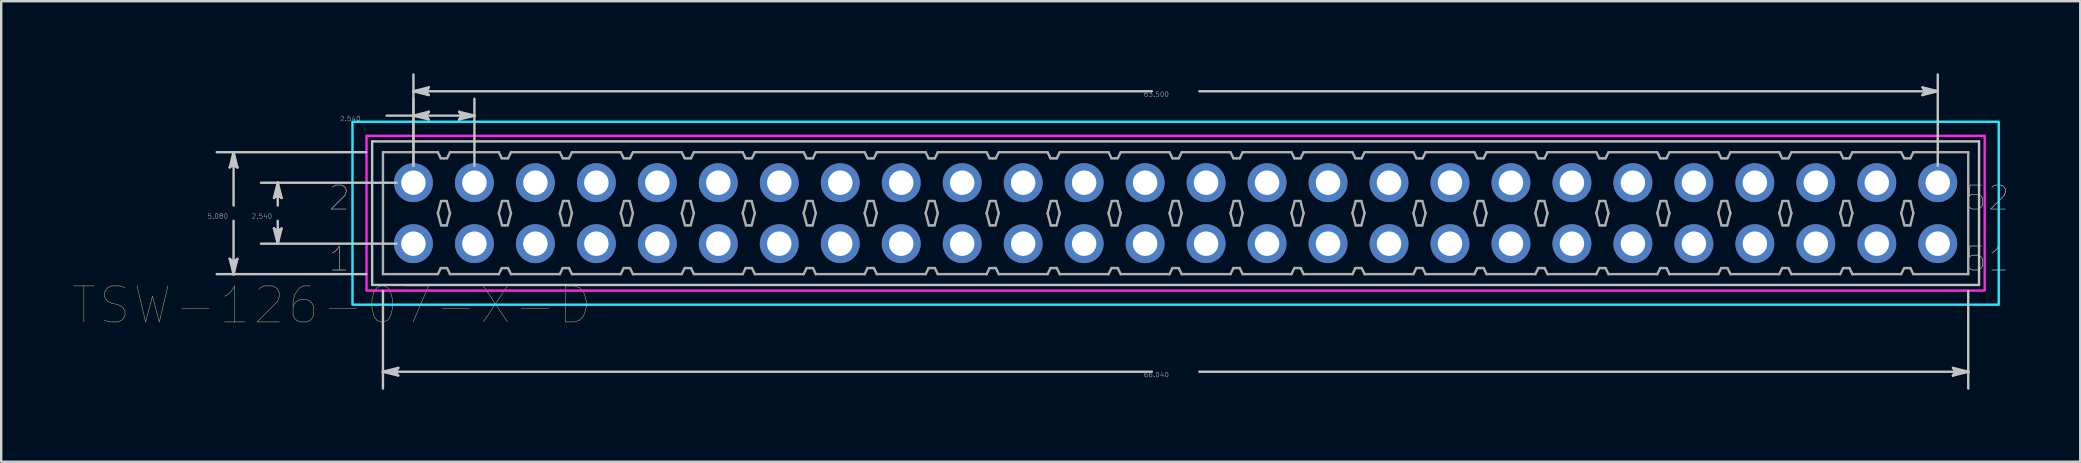
<source format=kicad_pcb>
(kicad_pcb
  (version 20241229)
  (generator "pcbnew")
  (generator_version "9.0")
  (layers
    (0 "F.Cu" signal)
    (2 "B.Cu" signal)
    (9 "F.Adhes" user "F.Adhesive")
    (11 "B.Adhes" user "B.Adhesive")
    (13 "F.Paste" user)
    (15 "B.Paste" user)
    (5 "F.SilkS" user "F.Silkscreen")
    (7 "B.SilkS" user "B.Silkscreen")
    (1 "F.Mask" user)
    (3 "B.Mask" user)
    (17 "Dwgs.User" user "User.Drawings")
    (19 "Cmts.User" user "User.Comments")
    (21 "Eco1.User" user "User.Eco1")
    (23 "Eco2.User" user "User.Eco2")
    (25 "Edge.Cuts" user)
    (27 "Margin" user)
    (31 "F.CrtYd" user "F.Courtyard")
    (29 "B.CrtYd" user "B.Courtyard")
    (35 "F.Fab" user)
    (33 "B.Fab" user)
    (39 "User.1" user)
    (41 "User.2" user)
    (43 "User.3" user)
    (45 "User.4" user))
  (footprint "TSW-126-07-X-D"
    (layer "F.Cu")
    (at 45.923 5.831)
    (property "Reference" "TSW-126-07-X-D" (at -35.157 3.837 0) (layer "F.SilkS") (effects (font (size 1.5 1.5) (thickness 0.015))))
    (attr through_hole)
    (fp_circle (center -31.75 -1.27) (end -30.889 -1.27) (stroke (width 0.1) (type solid)) (fill no) (layer "F.Mask"))
    (fp_circle (center -31.75 1.27) (end -30.889 1.27) (stroke (width 0.1) (type solid)) (fill no) (layer "F.Mask"))
    (fp_circle (center -29.21 -1.27) (end -28.349 -1.27) (stroke (width 0.1) (type solid)) (fill no) (layer "F.Mask"))
    (fp_circle (center -29.21 1.27) (end -28.349 1.27) (stroke (width 0.1) (type solid)) (fill no) (layer "F.Mask"))
    (fp_circle (center -26.67 -1.27) (end -25.809 -1.27) (stroke (width 0.1) (type solid)) (fill no) (layer "F.Mask"))
    (fp_circle (center -26.67 1.27) (end -25.809 1.27) (stroke (width 0.1) (type solid)) (fill no) (layer "F.Mask"))
    (fp_circle (center -24.13 -1.27) (end -23.269 -1.27) (stroke (width 0.1) (type solid)) (fill no) (layer "F.Mask"))
    (fp_circle (center -24.13 1.27) (end -23.269 1.27) (stroke (width 0.1) (type solid)) (fill no) (layer "F.Mask"))
    (fp_circle (center -21.59 -1.27) (end -20.729 -1.27) (stroke (width 0.1) (type solid)) (fill no) (layer "F.Mask"))
    (fp_circle (center -21.59 1.27) (end -20.729 1.27) (stroke (width 0.1) (type solid)) (fill no) (layer "F.Mask"))
    (fp_circle (center -19.05 -1.27) (end -18.189 -1.27) (stroke (width 0.1) (type solid)) (fill no) (layer "F.Mask"))
    (fp_circle (center -19.05 1.27) (end -18.189 1.27) (stroke (width 0.1) (type solid)) (fill no) (layer "F.Mask"))
    (fp_circle (center -16.51 -1.27) (end -15.649 -1.27) (stroke (width 0.1) (type solid)) (fill no) (layer "F.Mask"))
    (fp_circle (center -16.51 1.27) (end -15.649 1.27) (stroke (width 0.1) (type solid)) (fill no) (layer "F.Mask"))
    (fp_circle (center -13.97 -1.27) (end -13.109 -1.27) (stroke (width 0.1) (type solid)) (fill no) (layer "F.Mask"))
    (fp_circle (center -13.97 1.27) (end -13.109 1.27) (stroke (width 0.1) (type solid)) (fill no) (layer "F.Mask"))
    (fp_circle (center -11.43 -1.27) (end -10.569 -1.27) (stroke (width 0.1) (type solid)) (fill no) (layer "F.Mask"))
    (fp_circle (center -11.43 1.27) (end -10.569 1.27) (stroke (width 0.1) (type solid)) (fill no) (layer "F.Mask"))
    (fp_circle (center -8.89 -1.27) (end -8.029 -1.27) (stroke (width 0.1) (type solid)) (fill no) (layer "F.Mask"))
    (fp_circle (center -8.89 1.27) (end -8.029 1.27) (stroke (width 0.1) (type solid)) (fill no) (layer "F.Mask"))
    (fp_circle (center -6.35 -1.27) (end -5.489 -1.27) (stroke (width 0.1) (type solid)) (fill no) (layer "F.Mask"))
    (fp_circle (center -6.35 1.27) (end -5.489 1.27) (stroke (width 0.1) (type solid)) (fill no) (layer "F.Mask"))
    (fp_circle (center -3.81 -1.27) (end -2.949 -1.27) (stroke (width 0.1) (type solid)) (fill no) (layer "F.Mask"))
    (fp_circle (center -3.81 1.27) (end -2.949 1.27) (stroke (width 0.1) (type solid)) (fill no) (layer "F.Mask"))
    (fp_circle (center -1.27 -1.27) (end -0.409 -1.27) (stroke (width 0.1) (type solid)) (fill no) (layer "F.Mask"))
    (fp_circle (center -1.27 1.27) (end -0.409 1.27) (stroke (width 0.1) (type solid)) (fill no) (layer "F.Mask"))
    (fp_circle (center 1.27 -1.27) (end 2.131 -1.27) (stroke (width 0.1) (type solid)) (fill no) (layer "F.Mask"))
    (fp_circle (center 1.27 1.27) (end 2.131 1.27) (stroke (width 0.1) (type solid)) (fill no) (layer "F.Mask"))
    (fp_circle (center 3.81 -1.27) (end 4.671 -1.27) (stroke (width 0.1) (type solid)) (fill no) (layer "F.Mask"))
    (fp_circle (center 3.81 1.27) (end 4.671 1.27) (stroke (width 0.1) (type solid)) (fill no) (layer "F.Mask"))
    (fp_circle (center 6.35 -1.27) (end 7.211 -1.27) (stroke (width 0.1) (type solid)) (fill no) (layer "F.Mask"))
    (fp_circle (center 6.35 1.27) (end 7.211 1.27) (stroke (width 0.1) (type solid)) (fill no) (layer "F.Mask"))
    (fp_circle (center 8.89 -1.27) (end 9.751 -1.27) (stroke (width 0.1) (type solid)) (fill no) (layer "F.Mask"))
    (fp_circle (center 8.89 1.27) (end 9.751 1.27) (stroke (width 0.1) (type solid)) (fill no) (layer "F.Mask"))
    (fp_circle (center 11.43 -1.27) (end 12.291 -1.27) (stroke (width 0.1) (type solid)) (fill no) (layer "F.Mask"))
    (fp_circle (center 11.43 1.27) (end 12.291 1.27) (stroke (width 0.1) (type solid)) (fill no) (layer "F.Mask"))
    (fp_circle (center 13.97 -1.27) (end 14.831 -1.27) (stroke (width 0.1) (type solid)) (fill no) (layer "F.Mask"))
    (fp_circle (center 13.97 1.27) (end 14.831 1.27) (stroke (width 0.1) (type solid)) (fill no) (layer "F.Mask"))
    (fp_circle (center 16.51 -1.27) (end 17.371 -1.27) (stroke (width 0.1) (type solid)) (fill no) (layer "F.Mask"))
    (fp_circle (center 16.51 1.27) (end 17.371 1.27) (stroke (width 0.1) (type solid)) (fill no) (layer "F.Mask"))
    (fp_circle (center 19.05 -1.27) (end 19.911 -1.27) (stroke (width 0.1) (type solid)) (fill no) (layer "F.Mask"))
    (fp_circle (center 19.05 1.27) (end 19.911 1.27) (stroke (width 0.1) (type solid)) (fill no) (layer "F.Mask"))
    (fp_circle (center 21.59 -1.27) (end 22.451 -1.27) (stroke (width 0.1) (type solid)) (fill no) (layer "F.Mask"))
    (fp_circle (center 21.59 1.27) (end 22.451 1.27) (stroke (width 0.1) (type solid)) (fill no) (layer "F.Mask"))
    (fp_circle (center 24.13 -1.27) (end 24.991 -1.27) (stroke (width 0.1) (type solid)) (fill no) (layer "F.Mask"))
    (fp_circle (center 24.13 1.27) (end 24.991 1.27) (stroke (width 0.1) (type solid)) (fill no) (layer "F.Mask"))
    (fp_circle (center 26.67 -1.27) (end 27.531 -1.27) (stroke (width 0.1) (type solid)) (fill no) (layer "F.Mask"))
    (fp_circle (center 26.67 1.27) (end 27.531 1.27) (stroke (width 0.1) (type solid)) (fill no) (layer "F.Mask"))
    (fp_circle (center 29.21 -1.27) (end 30.071 -1.27) (stroke (width 0.1) (type solid)) (fill no) (layer "F.Mask"))
    (fp_circle (center 29.21 1.27) (end 30.071 1.27) (stroke (width 0.1) (type solid)) (fill no) (layer "F.Mask"))
    (fp_circle (center 31.75 -1.27) (end 32.611 -1.27) (stroke (width 0.1) (type solid)) (fill no) (layer "F.Mask"))
    (fp_circle (center 31.75 1.27) (end 32.611 1.27) (stroke (width 0.1) (type solid)) (fill no) (layer "F.Mask"))
    (fp_circle (center -31.75 -1.27) (end -30.889 -1.27) (stroke (width 0.1) (type solid)) (fill no) (layer "B.Mask"))
    (fp_circle (center -31.75 1.27) (end -30.889 1.27) (stroke (width 0.1) (type solid)) (fill no) (layer "B.Mask"))
    (fp_circle (center -29.21 -1.27) (end -28.349 -1.27) (stroke (width 0.1) (type solid)) (fill no) (layer "B.Mask"))
    (fp_circle (center -29.21 1.27) (end -28.349 1.27) (stroke (width 0.1) (type solid)) (fill no) (layer "B.Mask"))
    (fp_circle (center -26.67 -1.27) (end -25.809 -1.27) (stroke (width 0.1) (type solid)) (fill no) (layer "B.Mask"))
    (fp_circle (center -26.67 1.27) (end -25.809 1.27) (stroke (width 0.1) (type solid)) (fill no) (layer "B.Mask"))
    (fp_circle (center -24.13 -1.27) (end -23.269 -1.27) (stroke (width 0.1) (type solid)) (fill no) (layer "B.Mask"))
    (fp_circle (center -24.13 1.27) (end -23.269 1.27) (stroke (width 0.1) (type solid)) (fill no) (layer "B.Mask"))
    (fp_circle (center -21.59 -1.27) (end -20.729 -1.27) (stroke (width 0.1) (type solid)) (fill no) (layer "B.Mask"))
    (fp_circle (center -21.59 1.27) (end -20.729 1.27) (stroke (width 0.1) (type solid)) (fill no) (layer "B.Mask"))
    (fp_circle (center -19.05 -1.27) (end -18.189 -1.27) (stroke (width 0.1) (type solid)) (fill no) (layer "B.Mask"))
    (fp_circle (center -19.05 1.27) (end -18.189 1.27) (stroke (width 0.1) (type solid)) (fill no) (layer "B.Mask"))
    (fp_circle (center -16.51 -1.27) (end -15.649 -1.27) (stroke (width 0.1) (type solid)) (fill no) (layer "B.Mask"))
    (fp_circle (center -16.51 1.27) (end -15.649 1.27) (stroke (width 0.1) (type solid)) (fill no) (layer "B.Mask"))
    (fp_circle (center -13.97 -1.27) (end -13.109 -1.27) (stroke (width 0.1) (type solid)) (fill no) (layer "B.Mask"))
    (fp_circle (center -13.97 1.27) (end -13.109 1.27) (stroke (width 0.1) (type solid)) (fill no) (layer "B.Mask"))
    (fp_circle (center -11.43 -1.27) (end -10.569 -1.27) (stroke (width 0.1) (type solid)) (fill no) (layer "B.Mask"))
    (fp_circle (center -11.43 1.27) (end -10.569 1.27) (stroke (width 0.1) (type solid)) (fill no) (layer "B.Mask"))
    (fp_circle (center -8.89 -1.27) (end -8.029 -1.27) (stroke (width 0.1) (type solid)) (fill no) (layer "B.Mask"))
    (fp_circle (center -8.89 1.27) (end -8.029 1.27) (stroke (width 0.1) (type solid)) (fill no) (layer "B.Mask"))
    (fp_circle (center -6.35 -1.27) (end -5.489 -1.27) (stroke (width 0.1) (type solid)) (fill no) (layer "B.Mask"))
    (fp_circle (center -6.35 1.27) (end -5.489 1.27) (stroke (width 0.1) (type solid)) (fill no) (layer "B.Mask"))
    (fp_circle (center -3.81 -1.27) (end -2.949 -1.27) (stroke (width 0.1) (type solid)) (fill no) (layer "B.Mask"))
    (fp_circle (center -3.81 1.27) (end -2.949 1.27) (stroke (width 0.1) (type solid)) (fill no) (layer "B.Mask"))
    (fp_circle (center -1.27 -1.27) (end -0.409 -1.27) (stroke (width 0.1) (type solid)) (fill no) (layer "B.Mask"))
    (fp_circle (center -1.27 1.27) (end -0.409 1.27) (stroke (width 0.1) (type solid)) (fill no) (layer "B.Mask"))
    (fp_circle (center 1.27 -1.27) (end 2.131 -1.27) (stroke (width 0.1) (type solid)) (fill no) (layer "B.Mask"))
    (fp_circle (center 1.27 1.27) (end 2.131 1.27) (stroke (width 0.1) (type solid)) (fill no) (layer "B.Mask"))
    (fp_circle (center 3.81 -1.27) (end 4.671 -1.27) (stroke (width 0.1) (type solid)) (fill no) (layer "B.Mask"))
    (fp_circle (center 3.81 1.27) (end 4.671 1.27) (stroke (width 0.1) (type solid)) (fill no) (layer "B.Mask"))
    (fp_circle (center 6.35 -1.27) (end 7.211 -1.27) (stroke (width 0.1) (type solid)) (fill no) (layer "B.Mask"))
    (fp_circle (center 6.35 1.27) (end 7.211 1.27) (stroke (width 0.1) (type solid)) (fill no) (layer "B.Mask"))
    (fp_circle (center 8.89 -1.27) (end 9.751 -1.27) (stroke (width 0.1) (type solid)) (fill no) (layer "B.Mask"))
    (fp_circle (center 8.89 1.27) (end 9.751 1.27) (stroke (width 0.1) (type solid)) (fill no) (layer "B.Mask"))
    (fp_circle (center 11.43 -1.27) (end 12.291 -1.27) (stroke (width 0.1) (type solid)) (fill no) (layer "B.Mask"))
    (fp_circle (center 11.43 1.27) (end 12.291 1.27) (stroke (width 0.1) (type solid)) (fill no) (layer "B.Mask"))
    (fp_circle (center 13.97 -1.27) (end 14.831 -1.27) (stroke (width 0.1) (type solid)) (fill no) (layer "B.Mask"))
    (fp_circle (center 13.97 1.27) (end 14.831 1.27) (stroke (width 0.1) (type solid)) (fill no) (layer "B.Mask"))
    (fp_circle (center 16.51 -1.27) (end 17.371 -1.27) (stroke (width 0.1) (type solid)) (fill no) (layer "B.Mask"))
    (fp_circle (center 16.51 1.27) (end 17.371 1.27) (stroke (width 0.1) (type solid)) (fill no) (layer "B.Mask"))
    (fp_circle (center 19.05 -1.27) (end 19.911 -1.27) (stroke (width 0.1) (type solid)) (fill no) (layer "B.Mask"))
    (fp_circle (center 19.05 1.27) (end 19.911 1.27) (stroke (width 0.1) (type solid)) (fill no) (layer "B.Mask"))
    (fp_circle (center 21.59 -1.27) (end 22.451 -1.27) (stroke (width 0.1) (type solid)) (fill no) (layer "B.Mask"))
    (fp_circle (center 21.59 1.27) (end 22.451 1.27) (stroke (width 0.1) (type solid)) (fill no) (layer "B.Mask"))
    (fp_circle (center 24.13 -1.27) (end 24.991 -1.27) (stroke (width 0.1) (type solid)) (fill no) (layer "B.Mask"))
    (fp_circle (center 24.13 1.27) (end 24.991 1.27) (stroke (width 0.1) (type solid)) (fill no) (layer "B.Mask"))
    (fp_circle (center 26.67 -1.27) (end 27.531 -1.27) (stroke (width 0.1) (type solid)) (fill no) (layer "B.Mask"))
    (fp_circle (center 26.67 1.27) (end 27.531 1.27) (stroke (width 0.1) (type solid)) (fill no) (layer "B.Mask"))
    (fp_circle (center 29.21 -1.27) (end 30.071 -1.27) (stroke (width 0.1) (type solid)) (fill no) (layer "B.Mask"))
    (fp_circle (center 29.21 1.27) (end 30.071 1.27) (stroke (width 0.1) (type solid)) (fill no) (layer "B.Mask"))
    (fp_circle (center 31.75 -1.27) (end 32.611 -1.27) (stroke (width 0.1) (type solid)) (fill no) (layer "B.Mask"))
    (fp_circle (center 31.75 1.27) (end 32.611 1.27) (stroke (width 0.1) (type solid)) (fill no) (layer "B.Mask"))
    (fp_line (start -39.402 -1.905) (end -39.243 -2.032) (stroke (width 0.1) (type solid)) (layer "Dwgs.User"))
    (fp_line (start -39.402 1.905) (end -39.243 2.54) (stroke (width 0.1) (type solid)) (layer "Dwgs.User"))
    (fp_line (start -39.322 -1.968) (end -39.243 -2.032) (stroke (width 0.1) (type solid)) (layer "Dwgs.User"))
    (fp_line (start -39.322 1.968) (end -39.402 1.905) (stroke (width 0.1) (type solid)) (layer "Dwgs.User"))
    (fp_line (start -39.243 -2.54) (end -39.402 -1.905) (stroke (width 0.1) (type solid)) (layer "Dwgs.User"))
    (fp_line (start -39.243 -2.54) (end -39.322 -1.968) (stroke (width 0.1) (type solid)) (layer "Dwgs.User"))
    (fp_line (start -39.243 -2.54) (end -39.164 -1.968) (stroke (width 0.1) (type solid)) (layer "Dwgs.User"))
    (fp_line (start -39.243 -2.032) (end -39.243 -2.54) (stroke (width 0.1) (type solid)) (layer "Dwgs.User"))
    (fp_line (start -39.243 -2.032) (end -39.084 -1.905) (stroke (width 0.1) (type solid)) (layer "Dwgs.User"))
    (fp_line (start -39.243 -0.318) (end -39.243 -2.54) (stroke (width 0.1) (type solid)) (layer "Dwgs.User"))
    (fp_line (start -39.243 0.318) (end -39.243 2.54) (stroke (width 0.1) (type solid)) (layer "Dwgs.User"))
    (fp_line (start -39.243 2.032) (end -39.402 1.905) (stroke (width 0.1) (type solid)) (layer "Dwgs.User"))
    (fp_line (start -39.243 2.032) (end -39.243 2.54) (stroke (width 0.1) (type solid)) (layer "Dwgs.User"))
    (fp_line (start -39.243 2.54) (end -39.322 1.968) (stroke (width 0.1) (type solid)) (layer "Dwgs.User"))
    (fp_line (start -39.243 2.54) (end -39.164 1.968) (stroke (width 0.1) (type solid)) (layer "Dwgs.User"))
    (fp_line (start -39.243 2.54) (end -39.084 1.905) (stroke (width 0.1) (type solid)) (layer "Dwgs.User"))
    (fp_line (start -39.164 -1.968) (end -39.084 -1.905) (stroke (width 0.1) (type solid)) (layer "Dwgs.User"))
    (fp_line (start -39.164 1.968) (end -39.243 2.032) (stroke (width 0.1) (type solid)) (layer "Dwgs.User"))
    (fp_line (start -39.084 -1.905) (end -39.243 -2.54) (stroke (width 0.1) (type solid)) (layer "Dwgs.User"))
    (fp_line (start -39.084 1.905) (end -39.243 2.032) (stroke (width 0.1) (type solid)) (layer "Dwgs.User"))
    (fp_line (start -37.56 -0.635) (end -37.402 -0.762) (stroke (width 0.1) (type solid)) (layer "Dwgs.User"))
    (fp_line (start -37.56 0.635) (end -37.402 1.27) (stroke (width 0.1) (type solid)) (layer "Dwgs.User"))
    (fp_line (start -37.481 -0.698) (end -37.402 -0.762) (stroke (width 0.1) (type solid)) (layer "Dwgs.User"))
    (fp_line (start -37.481 0.698) (end -37.56 0.635) (stroke (width 0.1) (type solid)) (layer "Dwgs.User"))
    (fp_line (start -37.402 -1.27) (end -37.56 -0.635) (stroke (width 0.1) (type solid)) (layer "Dwgs.User"))
    (fp_line (start -37.402 -1.27) (end -37.481 -0.698) (stroke (width 0.1) (type solid)) (layer "Dwgs.User"))
    (fp_line (start -37.402 -1.27) (end -37.322 -0.698) (stroke (width 0.1) (type solid)) (layer "Dwgs.User"))
    (fp_line (start -37.402 -0.762) (end -37.402 -1.27) (stroke (width 0.1) (type solid)) (layer "Dwgs.User"))
    (fp_line (start -37.402 -0.762) (end -37.243 -0.635) (stroke (width 0.1) (type solid)) (layer "Dwgs.User"))
    (fp_line (start -37.402 -0.318) (end -37.402 -1.27) (stroke (width 0.1) (type solid)) (layer "Dwgs.User"))
    (fp_line (start -37.402 0.318) (end -37.402 1.27) (stroke (width 0.1) (type solid)) (layer "Dwgs.User"))
    (fp_line (start -37.402 0.762) (end -37.56 0.635) (stroke (width 0.1) (type solid)) (layer "Dwgs.User"))
    (fp_line (start -37.402 0.762) (end -37.402 1.27) (stroke (width 0.1) (type solid)) (layer "Dwgs.User"))
    (fp_line (start -37.402 1.27) (end -37.481 0.698) (stroke (width 0.1) (type solid)) (layer "Dwgs.User"))
    (fp_line (start -37.402 1.27) (end -37.322 0.698) (stroke (width 0.1) (type solid)) (layer "Dwgs.User"))
    (fp_line (start -37.402 1.27) (end -37.243 0.635) (stroke (width 0.1) (type solid)) (layer "Dwgs.User"))
    (fp_line (start -37.322 -0.698) (end -37.243 -0.635) (stroke (width 0.1) (type solid)) (layer "Dwgs.User"))
    (fp_line (start -37.322 0.698) (end -37.402 0.762) (stroke (width 0.1) (type solid)) (layer "Dwgs.User"))
    (fp_line (start -37.243 -0.635) (end -37.402 -1.27) (stroke (width 0.1) (type solid)) (layer "Dwgs.User"))
    (fp_line (start -37.243 0.635) (end -37.402 0.762) (stroke (width 0.1) (type solid)) (layer "Dwgs.User"))
    (fp_line (start -33.721 -2.54) (end -39.944 -2.54) (stroke (width 0.1) (type solid)) (layer "Dwgs.User"))
    (fp_line (start -33.721 2.54) (end -39.944 2.54) (stroke (width 0.1) (type solid)) (layer "Dwgs.User"))
    (fp_line (start -33.47 -2.99) (end -33.47 2.99) (stroke (width 0.1) (type solid)) (layer "Dwgs.User"))
    (fp_line (start -33.47 2.99) (end 33.47 2.99) (stroke (width 0.1) (type solid)) (layer "Dwgs.User"))
    (fp_line (start -33.02 3.241) (end -33.02 7.305) (stroke (width 0.1) (type solid)) (layer "Dwgs.User"))
    (fp_line (start -33.02 6.604) (end -32.448 6.525) (stroke (width 0.1) (type solid)) (layer "Dwgs.User"))
    (fp_line (start -33.02 6.604) (end -32.448 6.683) (stroke (width 0.1) (type solid)) (layer "Dwgs.User"))
    (fp_line (start -33.02 6.604) (end -32.385 6.763) (stroke (width 0.1) (type solid)) (layer "Dwgs.User"))
    (fp_line (start -32.868 -4.064) (end -31.75 -4.064) (stroke (width 0.1) (type solid)) (layer "Dwgs.User"))
    (fp_line (start -32.512 6.604) (end -33.02 6.604) (stroke (width 0.1) (type solid)) (layer "Dwgs.User"))
    (fp_line (start -32.512 6.604) (end -32.385 6.445) (stroke (width 0.1) (type solid)) (layer "Dwgs.User"))
    (fp_line (start -32.451 -1.27) (end -38.103 -1.27) (stroke (width 0.1) (type solid)) (layer "Dwgs.User"))
    (fp_line (start -32.451 1.27) (end -38.103 1.27) (stroke (width 0.1) (type solid)) (layer "Dwgs.User"))
    (fp_line (start -32.448 6.525) (end -32.385 6.445) (stroke (width 0.1) (type solid)) (layer "Dwgs.User"))
    (fp_line (start -32.448 6.683) (end -32.512 6.604) (stroke (width 0.1) (type solid)) (layer "Dwgs.User"))
    (fp_line (start -32.385 6.445) (end -33.02 6.604) (stroke (width 0.1) (type solid)) (layer "Dwgs.User"))
    (fp_line (start -32.385 6.763) (end -32.512 6.604) (stroke (width 0.1) (type solid)) (layer "Dwgs.User"))
    (fp_line (start -31.75 -5.08) (end -31.178 -5.159) (stroke (width 0.1) (type solid)) (layer "Dwgs.User"))
    (fp_line (start -31.75 -5.08) (end -31.178 -5.001) (stroke (width 0.1) (type solid)) (layer "Dwgs.User"))
    (fp_line (start -31.75 -5.08) (end -31.115 -4.921) (stroke (width 0.1) (type solid)) (layer "Dwgs.User"))
    (fp_line (start -31.75 -4.064) (end -31.178 -4.143) (stroke (width 0.1) (type solid)) (layer "Dwgs.User"))
    (fp_line (start -31.75 -4.064) (end -31.178 -3.985) (stroke (width 0.1) (type solid)) (layer "Dwgs.User"))
    (fp_line (start -31.75 -4.064) (end -31.115 -3.905) (stroke (width 0.1) (type solid)) (layer "Dwgs.User"))
    (fp_line (start -31.75 -4.064) (end -29.21 -4.064) (stroke (width 0.1) (type solid)) (layer "Dwgs.User"))
    (fp_line (start -31.75 -1.971) (end -31.75 -5.781) (stroke (width 0.1) (type solid)) (layer "Dwgs.User"))
    (fp_line (start -31.75 -1.971) (end -31.75 -4.765) (stroke (width 0.1) (type solid)) (layer "Dwgs.User"))
    (fp_line (start -31.242 -5.08) (end -31.75 -5.08) (stroke (width 0.1) (type solid)) (layer "Dwgs.User"))
    (fp_line (start -31.242 -5.08) (end -31.115 -5.239) (stroke (width 0.1) (type solid)) (layer "Dwgs.User"))
    (fp_line (start -31.242 -4.064) (end -31.75 -4.064) (stroke (width 0.1) (type solid)) (layer "Dwgs.User"))
    (fp_line (start -31.242 -4.064) (end -31.115 -4.223) (stroke (width 0.1) (type solid)) (layer "Dwgs.User"))
    (fp_line (start -31.178 -5.159) (end -31.115 -5.239) (stroke (width 0.1) (type solid)) (layer "Dwgs.User"))
    (fp_line (start -31.178 -5.001) (end -31.242 -5.08) (stroke (width 0.1) (type solid)) (layer "Dwgs.User"))
    (fp_line (start -31.178 -4.143) (end -31.115 -4.223) (stroke (width 0.1) (type solid)) (layer "Dwgs.User"))
    (fp_line (start -31.178 -3.985) (end -31.242 -4.064) (stroke (width 0.1) (type solid)) (layer "Dwgs.User"))
    (fp_line (start -31.115 -5.239) (end -31.75 -5.08) (stroke (width 0.1) (type solid)) (layer "Dwgs.User"))
    (fp_line (start -31.115 -4.921) (end -31.242 -5.08) (stroke (width 0.1) (type solid)) (layer "Dwgs.User"))
    (fp_line (start -31.115 -4.223) (end -31.75 -4.064) (stroke (width 0.1) (type solid)) (layer "Dwgs.User"))
    (fp_line (start -31.115 -3.905) (end -31.242 -4.064) (stroke (width 0.1) (type solid)) (layer "Dwgs.User"))
    (fp_line (start -29.845 -4.223) (end -29.718 -4.064) (stroke (width 0.1) (type solid)) (layer "Dwgs.User"))
    (fp_line (start -29.845 -3.905) (end -29.21 -4.064) (stroke (width 0.1) (type solid)) (layer "Dwgs.User"))
    (fp_line (start -29.782 -4.143) (end -29.718 -4.064) (stroke (width 0.1) (type solid)) (layer "Dwgs.User"))
    (fp_line (start -29.782 -3.985) (end -29.845 -3.905) (stroke (width 0.1) (type solid)) (layer "Dwgs.User"))
    (fp_line (start -29.718 -4.064) (end -29.845 -3.905) (stroke (width 0.1) (type solid)) (layer "Dwgs.User"))
    (fp_line (start -29.718 -4.064) (end -29.21 -4.064) (stroke (width 0.1) (type solid)) (layer "Dwgs.User"))
    (fp_line (start -29.21 -4.064) (end -29.845 -4.223) (stroke (width 0.1) (type solid)) (layer "Dwgs.User"))
    (fp_line (start -29.21 -4.064) (end -29.782 -4.143) (stroke (width 0.1) (type solid)) (layer "Dwgs.User"))
    (fp_line (start -29.21 -4.064) (end -29.782 -3.985) (stroke (width 0.1) (type solid)) (layer "Dwgs.User"))
    (fp_line (start -29.21 -1.971) (end -29.21 -4.765) (stroke (width 0.1) (type solid)) (layer "Dwgs.User"))
    (fp_line (start -0.991 -5.08) (end -31.75 -5.08) (stroke (width 0.1) (type solid)) (layer "Dwgs.User"))
    (fp_line (start -0.991 6.604) (end -33.02 6.604) (stroke (width 0.1) (type solid)) (layer "Dwgs.User"))
    (fp_line (start 0.991 -5.08) (end 31.75 -5.08) (stroke (width 0.1) (type solid)) (layer "Dwgs.User"))
    (fp_line (start 0.991 6.604) (end 33.02 6.604) (stroke (width 0.1) (type solid)) (layer "Dwgs.User"))
    (fp_line (start 31.115 -5.239) (end 31.242 -5.08) (stroke (width 0.1) (type solid)) (layer "Dwgs.User"))
    (fp_line (start 31.115 -4.921) (end 31.75 -5.08) (stroke (width 0.1) (type solid)) (layer "Dwgs.User"))
    (fp_line (start 31.178 -5.159) (end 31.242 -5.08) (stroke (width 0.1) (type solid)) (layer "Dwgs.User"))
    (fp_line (start 31.178 -5.001) (end 31.115 -4.921) (stroke (width 0.1) (type solid)) (layer "Dwgs.User"))
    (fp_line (start 31.242 -5.08) (end 31.115 -4.921) (stroke (width 0.1) (type solid)) (layer "Dwgs.User"))
    (fp_line (start 31.242 -5.08) (end 31.75 -5.08) (stroke (width 0.1) (type solid)) (layer "Dwgs.User"))
    (fp_line (start 31.75 -5.08) (end 31.115 -5.239) (stroke (width 0.1) (type solid)) (layer "Dwgs.User"))
    (fp_line (start 31.75 -5.08) (end 31.178 -5.159) (stroke (width 0.1) (type solid)) (layer "Dwgs.User"))
    (fp_line (start 31.75 -5.08) (end 31.178 -5.001) (stroke (width 0.1) (type solid)) (layer "Dwgs.User"))
    (fp_line (start 31.75 -1.971) (end 31.75 -5.781) (stroke (width 0.1) (type solid)) (layer "Dwgs.User"))
    (fp_line (start 32.385 6.445) (end 32.512 6.604) (stroke (width 0.1) (type solid)) (layer "Dwgs.User"))
    (fp_line (start 32.385 6.763) (end 33.02 6.604) (stroke (width 0.1) (type solid)) (layer "Dwgs.User"))
    (fp_line (start 32.448 6.525) (end 32.512 6.604) (stroke (width 0.1) (type solid)) (layer "Dwgs.User"))
    (fp_line (start 32.448 6.683) (end 32.385 6.763) (stroke (width 0.1) (type solid)) (layer "Dwgs.User"))
    (fp_line (start 32.512 6.604) (end 32.385 6.763) (stroke (width 0.1) (type solid)) (layer "Dwgs.User"))
    (fp_line (start 32.512 6.604) (end 33.02 6.604) (stroke (width 0.1) (type solid)) (layer "Dwgs.User"))
    (fp_line (start 33.02 3.241) (end 33.02 7.305) (stroke (width 0.1) (type solid)) (layer "Dwgs.User"))
    (fp_line (start 33.02 6.604) (end 32.385 6.445) (stroke (width 0.1) (type solid)) (layer "Dwgs.User"))
    (fp_line (start 33.02 6.604) (end 32.448 6.525) (stroke (width 0.1) (type solid)) (layer "Dwgs.User"))
    (fp_line (start 33.02 6.604) (end 32.448 6.683) (stroke (width 0.1) (type solid)) (layer "Dwgs.User"))
    (fp_line (start 33.47 -2.99) (end -33.47 -2.99) (stroke (width 0.1) (type solid)) (layer "Dwgs.User"))
    (fp_line (start 33.47 2.99) (end 33.47 -2.99) (stroke (width 0.1) (type solid)) (layer "Dwgs.User"))
    (fp_poly (pts (xy -34.29 3.81) (xy -34.29 -3.81) (xy 34.29 -3.81) (xy 34.29 3.81) (xy -34.29 3.81)) (stroke (width 0.1) (type solid)) (fill no) (layer "B.CrtYd"))
    (fp_poly (pts (xy -33.705 3.225) (xy -33.705 -3.225) (xy 33.705 -3.225) (xy 33.705 3.225) (xy -33.705 3.225)) (stroke (width 0.1) (type solid)) (fill no) (layer "F.CrtYd"))
    (fp_line (start -33.02 -2.54) (end -33.02 2.54) (stroke (width 0.1) (type solid)) (layer "F.Fab"))
    (fp_line (start -33.02 2.54) (end -30.734 2.54) (stroke (width 0.1) (type solid)) (layer "F.Fab"))
    (fp_line (start -32.068 -0.952) (end -32.068 -1.588) (stroke (width 0.1) (type solid)) (layer "F.Fab"))
    (fp_line (start -32.068 1.588) (end -32.068 0.952) (stroke (width 0.1) (type solid)) (layer "F.Fab"))
    (fp_line (start -31.432 -1.588) (end -32.068 -1.588) (stroke (width 0.1) (type solid)) (layer "F.Fab"))
    (fp_line (start -31.432 -0.952) (end -32.068 -0.952) (stroke (width 0.1) (type solid)) (layer "F.Fab"))
    (fp_line (start -31.432 -0.952) (end -31.432 -1.588) (stroke (width 0.1) (type solid)) (layer "F.Fab"))
    (fp_line (start -31.432 0.952) (end -32.068 0.952) (stroke (width 0.1) (type solid)) (layer "F.Fab"))
    (fp_line (start -31.432 1.588) (end -32.068 1.588) (stroke (width 0.1) (type solid)) (layer "F.Fab"))
    (fp_line (start -31.432 1.588) (end -31.432 0.952) (stroke (width 0.1) (type solid)) (layer "F.Fab"))
    (fp_line (start -30.734 -2.54) (end -33.02 -2.54) (stroke (width 0.1) (type solid)) (layer "F.Fab"))
    (fp_line (start -30.734 -2.54) (end -30.61 -2.286) (stroke (width 0.1) (type solid)) (layer "F.Fab"))
    (fp_line (start -30.734 0) (end -30.597 0.508) (stroke (width 0.1) (type solid)) (layer "F.Fab"))
    (fp_line (start -30.734 2.54) (end -30.61 2.286) (stroke (width 0.1) (type solid)) (layer "F.Fab"))
    (fp_line (start -30.61 -2.286) (end -30.48 -2.286) (stroke (width 0.1) (type solid)) (layer "F.Fab"))
    (fp_line (start -30.61 2.286) (end -30.48 2.286) (stroke (width 0.1) (type solid)) (layer "F.Fab"))
    (fp_line (start -30.597 -0.508) (end -30.734 0) (stroke (width 0.1) (type solid)) (layer "F.Fab"))
    (fp_line (start -30.48 -2.286) (end -30.35 -2.286) (stroke (width 0.1) (type solid)) (layer "F.Fab"))
    (fp_line (start -30.48 -0.508) (end -30.597 -0.508) (stroke (width 0.1) (type solid)) (layer "F.Fab"))
    (fp_line (start -30.48 -0.508) (end -30.363 -0.508) (stroke (width 0.1) (type solid)) (layer "F.Fab"))
    (fp_line (start -30.48 0.508) (end -30.597 0.508) (stroke (width 0.1) (type solid)) (layer "F.Fab"))
    (fp_line (start -30.48 0.508) (end -30.363 0.508) (stroke (width 0.1) (type solid)) (layer "F.Fab"))
    (fp_line (start -30.363 -0.508) (end -30.226 0) (stroke (width 0.1) (type solid)) (layer "F.Fab"))
    (fp_line (start -30.35 2.286) (end -30.48 2.286) (stroke (width 0.1) (type solid)) (layer "F.Fab"))
    (fp_line (start -30.226 -2.54) (end -30.35 -2.286) (stroke (width 0.1) (type solid)) (layer "F.Fab"))
    (fp_line (start -30.226 0) (end -30.363 0.508) (stroke (width 0.1) (type solid)) (layer "F.Fab"))
    (fp_line (start -30.226 2.54) (end -30.35 2.286) (stroke (width 0.1) (type solid)) (layer "F.Fab"))
    (fp_line (start -30.226 2.54) (end -28.194 2.54) (stroke (width 0.1) (type solid)) (layer "F.Fab"))
    (fp_line (start -29.528 -0.952) (end -29.528 -1.588) (stroke (width 0.1) (type solid)) (layer "F.Fab"))
    (fp_line (start -29.528 1.588) (end -29.528 0.952) (stroke (width 0.1) (type solid)) (layer "F.Fab"))
    (fp_line (start -28.892 -1.588) (end -29.528 -1.588) (stroke (width 0.1) (type solid)) (layer "F.Fab"))
    (fp_line (start -28.892 -0.952) (end -29.528 -0.952) (stroke (width 0.1) (type solid)) (layer "F.Fab"))
    (fp_line (start -28.892 -0.952) (end -28.892 -1.588) (stroke (width 0.1) (type solid)) (layer "F.Fab"))
    (fp_line (start -28.892 0.952) (end -29.528 0.952) (stroke (width 0.1) (type solid)) (layer "F.Fab"))
    (fp_line (start -28.892 1.588) (end -29.528 1.588) (stroke (width 0.1) (type solid)) (layer "F.Fab"))
    (fp_line (start -28.892 1.588) (end -28.892 0.952) (stroke (width 0.1) (type solid)) (layer "F.Fab"))
    (fp_line (start -28.194 -2.54) (end -30.226 -2.54) (stroke (width 0.1) (type solid)) (layer "F.Fab"))
    (fp_line (start -28.194 -2.54) (end -28.07 -2.286) (stroke (width 0.1) (type solid)) (layer "F.Fab"))
    (fp_line (start -28.194 0) (end -28.057 0.508) (stroke (width 0.1) (type solid)) (layer "F.Fab"))
    (fp_line (start -28.194 2.54) (end -28.07 2.286) (stroke (width 0.1) (type solid)) (layer "F.Fab"))
    (fp_line (start -28.07 -2.286) (end -27.94 -2.286) (stroke (width 0.1) (type solid)) (layer "F.Fab"))
    (fp_line (start -28.07 2.286) (end -27.94 2.286) (stroke (width 0.1) (type solid)) (layer "F.Fab"))
    (fp_line (start -28.057 -0.508) (end -28.194 0) (stroke (width 0.1) (type solid)) (layer "F.Fab"))
    (fp_line (start -27.94 -2.286) (end -27.81 -2.286) (stroke (width 0.1) (type solid)) (layer "F.Fab"))
    (fp_line (start -27.94 -0.508) (end -28.057 -0.508) (stroke (width 0.1) (type solid)) (layer "F.Fab"))
    (fp_line (start -27.94 -0.508) (end -27.823 -0.508) (stroke (width 0.1) (type solid)) (layer "F.Fab"))
    (fp_line (start -27.94 0.508) (end -28.057 0.508) (stroke (width 0.1) (type solid)) (layer "F.Fab"))
    (fp_line (start -27.94 0.508) (end -27.823 0.508) (stroke (width 0.1) (type solid)) (layer "F.Fab"))
    (fp_line (start -27.823 -0.508) (end -27.686 0) (stroke (width 0.1) (type solid)) (layer "F.Fab"))
    (fp_line (start -27.81 2.286) (end -27.94 2.286) (stroke (width 0.1) (type solid)) (layer "F.Fab"))
    (fp_line (start -27.686 -2.54) (end -27.81 -2.286) (stroke (width 0.1) (type solid)) (layer "F.Fab"))
    (fp_line (start -27.686 0) (end -27.823 0.508) (stroke (width 0.1) (type solid)) (layer "F.Fab"))
    (fp_line (start -27.686 2.54) (end -27.81 2.286) (stroke (width 0.1) (type solid)) (layer "F.Fab"))
    (fp_line (start -27.686 2.54) (end -25.654 2.54) (stroke (width 0.1) (type solid)) (layer "F.Fab"))
    (fp_line (start -26.988 -0.952) (end -26.988 -1.588) (stroke (width 0.1) (type solid)) (layer "F.Fab"))
    (fp_line (start -26.988 1.588) (end -26.988 0.952) (stroke (width 0.1) (type solid)) (layer "F.Fab"))
    (fp_line (start -26.352 -1.588) (end -26.988 -1.588) (stroke (width 0.1) (type solid)) (layer "F.Fab"))
    (fp_line (start -26.352 -0.952) (end -26.988 -0.952) (stroke (width 0.1) (type solid)) (layer "F.Fab"))
    (fp_line (start -26.352 -0.952) (end -26.352 -1.588) (stroke (width 0.1) (type solid)) (layer "F.Fab"))
    (fp_line (start -26.352 0.952) (end -26.988 0.952) (stroke (width 0.1) (type solid)) (layer "F.Fab"))
    (fp_line (start -26.352 1.588) (end -26.988 1.588) (stroke (width 0.1) (type solid)) (layer "F.Fab"))
    (fp_line (start -26.352 1.588) (end -26.352 0.952) (stroke (width 0.1) (type solid)) (layer "F.Fab"))
    (fp_line (start -25.654 -2.54) (end -27.686 -2.54) (stroke (width 0.1) (type solid)) (layer "F.Fab"))
    (fp_line (start -25.654 -2.54) (end -25.53 -2.286) (stroke (width 0.1) (type solid)) (layer "F.Fab"))
    (fp_line (start -25.654 0) (end -25.517 0.508) (stroke (width 0.1) (type solid)) (layer "F.Fab"))
    (fp_line (start -25.654 2.54) (end -25.53 2.286) (stroke (width 0.1) (type solid)) (layer "F.Fab"))
    (fp_line (start -25.53 -2.286) (end -25.4 -2.286) (stroke (width 0.1) (type solid)) (layer "F.Fab"))
    (fp_line (start -25.53 2.286) (end -25.4 2.286) (stroke (width 0.1) (type solid)) (layer "F.Fab"))
    (fp_line (start -25.517 -0.508) (end -25.654 0) (stroke (width 0.1) (type solid)) (layer "F.Fab"))
    (fp_line (start -25.4 -2.286) (end -25.27 -2.286) (stroke (width 0.1) (type solid)) (layer "F.Fab"))
    (fp_line (start -25.4 -0.508) (end -25.517 -0.508) (stroke (width 0.1) (type solid)) (layer "F.Fab"))
    (fp_line (start -25.4 -0.508) (end -25.283 -0.508) (stroke (width 0.1) (type solid)) (layer "F.Fab"))
    (fp_line (start -25.4 0.508) (end -25.517 0.508) (stroke (width 0.1) (type solid)) (layer "F.Fab"))
    (fp_line (start -25.4 0.508) (end -25.283 0.508) (stroke (width 0.1) (type solid)) (layer "F.Fab"))
    (fp_line (start -25.283 -0.508) (end -25.146 0) (stroke (width 0.1) (type solid)) (layer "F.Fab"))
    (fp_line (start -25.27 2.286) (end -25.4 2.286) (stroke (width 0.1) (type solid)) (layer "F.Fab"))
    (fp_line (start -25.146 -2.54) (end -25.27 -2.286) (stroke (width 0.1) (type solid)) (layer "F.Fab"))
    (fp_line (start -25.146 0) (end -25.283 0.508) (stroke (width 0.1) (type solid)) (layer "F.Fab"))
    (fp_line (start -25.146 2.54) (end -25.27 2.286) (stroke (width 0.1) (type solid)) (layer "F.Fab"))
    (fp_line (start -25.146 2.54) (end -23.114 2.54) (stroke (width 0.1) (type solid)) (layer "F.Fab"))
    (fp_line (start -24.448 -0.952) (end -24.448 -1.588) (stroke (width 0.1) (type solid)) (layer "F.Fab"))
    (fp_line (start -24.448 1.588) (end -24.448 0.952) (stroke (width 0.1) (type solid)) (layer "F.Fab"))
    (fp_line (start -23.812 -1.588) (end -24.448 -1.588) (stroke (width 0.1) (type solid)) (layer "F.Fab"))
    (fp_line (start -23.812 -0.952) (end -24.448 -0.952) (stroke (width 0.1) (type solid)) (layer "F.Fab"))
    (fp_line (start -23.812 -0.952) (end -23.812 -1.588) (stroke (width 0.1) (type solid)) (layer "F.Fab"))
    (fp_line (start -23.812 0.952) (end -24.448 0.952) (stroke (width 0.1) (type solid)) (layer "F.Fab"))
    (fp_line (start -23.812 1.588) (end -24.448 1.588) (stroke (width 0.1) (type solid)) (layer "F.Fab"))
    (fp_line (start -23.812 1.588) (end -23.812 0.952) (stroke (width 0.1) (type solid)) (layer "F.Fab"))
    (fp_line (start -23.114 -2.54) (end -25.146 -2.54) (stroke (width 0.1) (type solid)) (layer "F.Fab"))
    (fp_line (start -23.114 -2.54) (end -22.99 -2.286) (stroke (width 0.1) (type solid)) (layer "F.Fab"))
    (fp_line (start -23.114 0) (end -22.977 0.508) (stroke (width 0.1) (type solid)) (layer "F.Fab"))
    (fp_line (start -23.114 2.54) (end -22.99 2.286) (stroke (width 0.1) (type solid)) (layer "F.Fab"))
    (fp_line (start -22.99 -2.286) (end -22.86 -2.286) (stroke (width 0.1) (type solid)) (layer "F.Fab"))
    (fp_line (start -22.99 2.286) (end -22.86 2.286) (stroke (width 0.1) (type solid)) (layer "F.Fab"))
    (fp_line (start -22.977 -0.508) (end -23.114 0) (stroke (width 0.1) (type solid)) (layer "F.Fab"))
    (fp_line (start -22.86 -2.286) (end -22.73 -2.286) (stroke (width 0.1) (type solid)) (layer "F.Fab"))
    (fp_line (start -22.86 -0.508) (end -22.977 -0.508) (stroke (width 0.1) (type solid)) (layer "F.Fab"))
    (fp_line (start -22.86 -0.508) (end -22.743 -0.508) (stroke (width 0.1) (type solid)) (layer "F.Fab"))
    (fp_line (start -22.86 0.508) (end -22.977 0.508) (stroke (width 0.1) (type solid)) (layer "F.Fab"))
    (fp_line (start -22.86 0.508) (end -22.743 0.508) (stroke (width 0.1) (type solid)) (layer "F.Fab"))
    (fp_line (start -22.743 -0.508) (end -22.606 0) (stroke (width 0.1) (type solid)) (layer "F.Fab"))
    (fp_line (start -22.73 2.286) (end -22.86 2.286) (stroke (width 0.1) (type solid)) (layer "F.Fab"))
    (fp_line (start -22.606 -2.54) (end -22.73 -2.286) (stroke (width 0.1) (type solid)) (layer "F.Fab"))
    (fp_line (start -22.606 0) (end -22.743 0.508) (stroke (width 0.1) (type solid)) (layer "F.Fab"))
    (fp_line (start -22.606 2.54) (end -22.73 2.286) (stroke (width 0.1) (type solid)) (layer "F.Fab"))
    (fp_line (start -22.606 2.54) (end -20.574 2.54) (stroke (width 0.1) (type solid)) (layer "F.Fab"))
    (fp_line (start -21.908 -0.952) (end -21.908 -1.588) (stroke (width 0.1) (type solid)) (layer "F.Fab"))
    (fp_line (start -21.908 1.588) (end -21.908 0.952) (stroke (width 0.1) (type solid)) (layer "F.Fab"))
    (fp_line (start -21.272 -1.588) (end -21.908 -1.588) (stroke (width 0.1) (type solid)) (layer "F.Fab"))
    (fp_line (start -21.272 -0.952) (end -21.908 -0.952) (stroke (width 0.1) (type solid)) (layer "F.Fab"))
    (fp_line (start -21.272 -0.952) (end -21.272 -1.588) (stroke (width 0.1) (type solid)) (layer "F.Fab"))
    (fp_line (start -21.272 0.952) (end -21.908 0.952) (stroke (width 0.1) (type solid)) (layer "F.Fab"))
    (fp_line (start -21.272 1.588) (end -21.908 1.588) (stroke (width 0.1) (type solid)) (layer "F.Fab"))
    (fp_line (start -21.272 1.588) (end -21.272 0.952) (stroke (width 0.1) (type solid)) (layer "F.Fab"))
    (fp_line (start -20.574 -2.54) (end -22.606 -2.54) (stroke (width 0.1) (type solid)) (layer "F.Fab"))
    (fp_line (start -20.574 -2.54) (end -20.45 -2.286) (stroke (width 0.1) (type solid)) (layer "F.Fab"))
    (fp_line (start -20.574 0) (end -20.437 0.508) (stroke (width 0.1) (type solid)) (layer "F.Fab"))
    (fp_line (start -20.574 2.54) (end -20.45 2.286) (stroke (width 0.1) (type solid)) (layer "F.Fab"))
    (fp_line (start -20.45 -2.286) (end -20.32 -2.286) (stroke (width 0.1) (type solid)) (layer "F.Fab"))
    (fp_line (start -20.45 2.286) (end -20.32 2.286) (stroke (width 0.1) (type solid)) (layer "F.Fab"))
    (fp_line (start -20.437 -0.508) (end -20.574 0) (stroke (width 0.1) (type solid)) (layer "F.Fab"))
    (fp_line (start -20.32 -2.286) (end -20.19 -2.286) (stroke (width 0.1) (type solid)) (layer "F.Fab"))
    (fp_line (start -20.32 -0.508) (end -20.437 -0.508) (stroke (width 0.1) (type solid)) (layer "F.Fab"))
    (fp_line (start -20.32 -0.508) (end -20.203 -0.508) (stroke (width 0.1) (type solid)) (layer "F.Fab"))
    (fp_line (start -20.32 0.508) (end -20.437 0.508) (stroke (width 0.1) (type solid)) (layer "F.Fab"))
    (fp_line (start -20.32 0.508) (end -20.203 0.508) (stroke (width 0.1) (type solid)) (layer "F.Fab"))
    (fp_line (start -20.203 -0.508) (end -20.066 0) (stroke (width 0.1) (type solid)) (layer "F.Fab"))
    (fp_line (start -20.19 2.286) (end -20.32 2.286) (stroke (width 0.1) (type solid)) (layer "F.Fab"))
    (fp_line (start -20.066 -2.54) (end -20.19 -2.286) (stroke (width 0.1) (type solid)) (layer "F.Fab"))
    (fp_line (start -20.066 0) (end -20.203 0.508) (stroke (width 0.1) (type solid)) (layer "F.Fab"))
    (fp_line (start -20.066 2.54) (end -20.19 2.286) (stroke (width 0.1) (type solid)) (layer "F.Fab"))
    (fp_line (start -20.066 2.54) (end -18.034 2.54) (stroke (width 0.1) (type solid)) (layer "F.Fab"))
    (fp_line (start -19.368 -0.952) (end -19.368 -1.588) (stroke (width 0.1) (type solid)) (layer "F.Fab"))
    (fp_line (start -19.368 1.588) (end -19.368 0.952) (stroke (width 0.1) (type solid)) (layer "F.Fab"))
    (fp_line (start -18.732 -1.588) (end -19.368 -1.588) (stroke (width 0.1) (type solid)) (layer "F.Fab"))
    (fp_line (start -18.732 -0.952) (end -19.368 -0.952) (stroke (width 0.1) (type solid)) (layer "F.Fab"))
    (fp_line (start -18.732 -0.952) (end -18.732 -1.588) (stroke (width 0.1) (type solid)) (layer "F.Fab"))
    (fp_line (start -18.732 0.952) (end -19.368 0.952) (stroke (width 0.1) (type solid)) (layer "F.Fab"))
    (fp_line (start -18.732 1.588) (end -19.368 1.588) (stroke (width 0.1) (type solid)) (layer "F.Fab"))
    (fp_line (start -18.732 1.588) (end -18.732 0.952) (stroke (width 0.1) (type solid)) (layer "F.Fab"))
    (fp_line (start -18.034 -2.54) (end -20.066 -2.54) (stroke (width 0.1) (type solid)) (layer "F.Fab"))
    (fp_line (start -18.034 -2.54) (end -17.91 -2.286) (stroke (width 0.1) (type solid)) (layer "F.Fab"))
    (fp_line (start -18.034 0) (end -17.897 0.508) (stroke (width 0.1) (type solid)) (layer "F.Fab"))
    (fp_line (start -18.034 2.54) (end -17.91 2.286) (stroke (width 0.1) (type solid)) (layer "F.Fab"))
    (fp_line (start -17.91 -2.286) (end -17.78 -2.286) (stroke (width 0.1) (type solid)) (layer "F.Fab"))
    (fp_line (start -17.91 2.286) (end -17.78 2.286) (stroke (width 0.1) (type solid)) (layer "F.Fab"))
    (fp_line (start -17.897 -0.508) (end -18.034 0) (stroke (width 0.1) (type solid)) (layer "F.Fab"))
    (fp_line (start -17.78 -2.286) (end -17.65 -2.286) (stroke (width 0.1) (type solid)) (layer "F.Fab"))
    (fp_line (start -17.78 -0.508) (end -17.897 -0.508) (stroke (width 0.1) (type solid)) (layer "F.Fab"))
    (fp_line (start -17.78 -0.508) (end -17.663 -0.508) (stroke (width 0.1) (type solid)) (layer "F.Fab"))
    (fp_line (start -17.78 0.508) (end -17.897 0.508) (stroke (width 0.1) (type solid)) (layer "F.Fab"))
    (fp_line (start -17.78 0.508) (end -17.663 0.508) (stroke (width 0.1) (type solid)) (layer "F.Fab"))
    (fp_line (start -17.663 -0.508) (end -17.526 0) (stroke (width 0.1) (type solid)) (layer "F.Fab"))
    (fp_line (start -17.65 2.286) (end -17.78 2.286) (stroke (width 0.1) (type solid)) (layer "F.Fab"))
    (fp_line (start -17.526 -2.54) (end -17.65 -2.286) (stroke (width 0.1) (type solid)) (layer "F.Fab"))
    (fp_line (start -17.526 0) (end -17.663 0.508) (stroke (width 0.1) (type solid)) (layer "F.Fab"))
    (fp_line (start -17.526 2.54) (end -17.65 2.286) (stroke (width 0.1) (type solid)) (layer "F.Fab"))
    (fp_line (start -17.526 2.54) (end -15.494 2.54) (stroke (width 0.1) (type solid)) (layer "F.Fab"))
    (fp_line (start -16.828 -0.952) (end -16.828 -1.588) (stroke (width 0.1) (type solid)) (layer "F.Fab"))
    (fp_line (start -16.828 1.588) (end -16.828 0.952) (stroke (width 0.1) (type solid)) (layer "F.Fab"))
    (fp_line (start -16.192 -1.588) (end -16.828 -1.588) (stroke (width 0.1) (type solid)) (layer "F.Fab"))
    (fp_line (start -16.192 -0.952) (end -16.828 -0.952) (stroke (width 0.1) (type solid)) (layer "F.Fab"))
    (fp_line (start -16.192 -0.952) (end -16.192 -1.588) (stroke (width 0.1) (type solid)) (layer "F.Fab"))
    (fp_line (start -16.192 0.952) (end -16.828 0.952) (stroke (width 0.1) (type solid)) (layer "F.Fab"))
    (fp_line (start -16.192 1.588) (end -16.828 1.588) (stroke (width 0.1) (type solid)) (layer "F.Fab"))
    (fp_line (start -16.192 1.588) (end -16.192 0.952) (stroke (width 0.1) (type solid)) (layer "F.Fab"))
    (fp_line (start -15.494 -2.54) (end -17.526 -2.54) (stroke (width 0.1) (type solid)) (layer "F.Fab"))
    (fp_line (start -15.494 -2.54) (end -15.37 -2.286) (stroke (width 0.1) (type solid)) (layer "F.Fab"))
    (fp_line (start -15.494 0) (end -15.357 0.508) (stroke (width 0.1) (type solid)) (layer "F.Fab"))
    (fp_line (start -15.494 2.54) (end -15.37 2.286) (stroke (width 0.1) (type solid)) (layer "F.Fab"))
    (fp_line (start -15.37 -2.286) (end -15.24 -2.286) (stroke (width 0.1) (type solid)) (layer "F.Fab"))
    (fp_line (start -15.37 2.286) (end -15.24 2.286) (stroke (width 0.1) (type solid)) (layer "F.Fab"))
    (fp_line (start -15.357 -0.508) (end -15.494 0) (stroke (width 0.1) (type solid)) (layer "F.Fab"))
    (fp_line (start -15.24 -2.286) (end -15.11 -2.286) (stroke (width 0.1) (type solid)) (layer "F.Fab"))
    (fp_line (start -15.24 -0.508) (end -15.357 -0.508) (stroke (width 0.1) (type solid)) (layer "F.Fab"))
    (fp_line (start -15.24 -0.508) (end -15.123 -0.508) (stroke (width 0.1) (type solid)) (layer "F.Fab"))
    (fp_line (start -15.24 0.508) (end -15.357 0.508) (stroke (width 0.1) (type solid)) (layer "F.Fab"))
    (fp_line (start -15.24 0.508) (end -15.123 0.508) (stroke (width 0.1) (type solid)) (layer "F.Fab"))
    (fp_line (start -15.123 -0.508) (end -14.986 0) (stroke (width 0.1) (type solid)) (layer "F.Fab"))
    (fp_line (start -15.11 2.286) (end -15.24 2.286) (stroke (width 0.1) (type solid)) (layer "F.Fab"))
    (fp_line (start -14.986 -2.54) (end -15.11 -2.286) (stroke (width 0.1) (type solid)) (layer "F.Fab"))
    (fp_line (start -14.986 0) (end -15.123 0.508) (stroke (width 0.1) (type solid)) (layer "F.Fab"))
    (fp_line (start -14.986 2.54) (end -15.11 2.286) (stroke (width 0.1) (type solid)) (layer "F.Fab"))
    (fp_line (start -14.986 2.54) (end -12.954 2.54) (stroke (width 0.1) (type solid)) (layer "F.Fab"))
    (fp_line (start -14.288 -0.952) (end -14.288 -1.588) (stroke (width 0.1) (type solid)) (layer "F.Fab"))
    (fp_line (start -14.288 1.588) (end -14.288 0.952) (stroke (width 0.1) (type solid)) (layer "F.Fab"))
    (fp_line (start -13.652 -1.588) (end -14.288 -1.588) (stroke (width 0.1) (type solid)) (layer "F.Fab"))
    (fp_line (start -13.652 -0.952) (end -14.288 -0.952) (stroke (width 0.1) (type solid)) (layer "F.Fab"))
    (fp_line (start -13.652 -0.952) (end -13.652 -1.588) (stroke (width 0.1) (type solid)) (layer "F.Fab"))
    (fp_line (start -13.652 0.952) (end -14.288 0.952) (stroke (width 0.1) (type solid)) (layer "F.Fab"))
    (fp_line (start -13.652 1.588) (end -14.288 1.588) (stroke (width 0.1) (type solid)) (layer "F.Fab"))
    (fp_line (start -13.652 1.588) (end -13.652 0.952) (stroke (width 0.1) (type solid)) (layer "F.Fab"))
    (fp_line (start -12.954 -2.54) (end -14.986 -2.54) (stroke (width 0.1) (type solid)) (layer "F.Fab"))
    (fp_line (start -12.954 -2.54) (end -12.83 -2.286) (stroke (width 0.1) (type solid)) (layer "F.Fab"))
    (fp_line (start -12.954 0) (end -12.817 0.508) (stroke (width 0.1) (type solid)) (layer "F.Fab"))
    (fp_line (start -12.954 2.54) (end -12.83 2.286) (stroke (width 0.1) (type solid)) (layer "F.Fab"))
    (fp_line (start -12.83 -2.286) (end -12.7 -2.286) (stroke (width 0.1) (type solid)) (layer "F.Fab"))
    (fp_line (start -12.83 2.286) (end -12.7 2.286) (stroke (width 0.1) (type solid)) (layer "F.Fab"))
    (fp_line (start -12.817 -0.508) (end -12.954 0) (stroke (width 0.1) (type solid)) (layer "F.Fab"))
    (fp_line (start -12.7 -2.286) (end -12.57 -2.286) (stroke (width 0.1) (type solid)) (layer "F.Fab"))
    (fp_line (start -12.7 -0.508) (end -12.817 -0.508) (stroke (width 0.1) (type solid)) (layer "F.Fab"))
    (fp_line (start -12.7 -0.508) (end -12.583 -0.508) (stroke (width 0.1) (type solid)) (layer "F.Fab"))
    (fp_line (start -12.7 0.508) (end -12.817 0.508) (stroke (width 0.1) (type solid)) (layer "F.Fab"))
    (fp_line (start -12.7 0.508) (end -12.583 0.508) (stroke (width 0.1) (type solid)) (layer "F.Fab"))
    (fp_line (start -12.583 -0.508) (end -12.446 0) (stroke (width 0.1) (type solid)) (layer "F.Fab"))
    (fp_line (start -12.57 2.286) (end -12.7 2.286) (stroke (width 0.1) (type solid)) (layer "F.Fab"))
    (fp_line (start -12.446 -2.54) (end -12.57 -2.286) (stroke (width 0.1) (type solid)) (layer "F.Fab"))
    (fp_line (start -12.446 0) (end -12.583 0.508) (stroke (width 0.1) (type solid)) (layer "F.Fab"))
    (fp_line (start -12.446 2.54) (end -12.57 2.286) (stroke (width 0.1) (type solid)) (layer "F.Fab"))
    (fp_line (start -12.446 2.54) (end -10.414 2.54) (stroke (width 0.1) (type solid)) (layer "F.Fab"))
    (fp_line (start -11.748 -0.952) (end -11.748 -1.588) (stroke (width 0.1) (type solid)) (layer "F.Fab"))
    (fp_line (start -11.748 1.588) (end -11.748 0.952) (stroke (width 0.1) (type solid)) (layer "F.Fab"))
    (fp_line (start -11.112 -1.588) (end -11.748 -1.588) (stroke (width 0.1) (type solid)) (layer "F.Fab"))
    (fp_line (start -11.112 -0.952) (end -11.748 -0.952) (stroke (width 0.1) (type solid)) (layer "F.Fab"))
    (fp_line (start -11.112 -0.952) (end -11.112 -1.588) (stroke (width 0.1) (type solid)) (layer "F.Fab"))
    (fp_line (start -11.112 0.952) (end -11.748 0.952) (stroke (width 0.1) (type solid)) (layer "F.Fab"))
    (fp_line (start -11.112 1.588) (end -11.748 1.588) (stroke (width 0.1) (type solid)) (layer "F.Fab"))
    (fp_line (start -11.112 1.588) (end -11.112 0.952) (stroke (width 0.1) (type solid)) (layer "F.Fab"))
    (fp_line (start -10.414 -2.54) (end -12.446 -2.54) (stroke (width 0.1) (type solid)) (layer "F.Fab"))
    (fp_line (start -10.414 -2.54) (end -10.29 -2.286) (stroke (width 0.1) (type solid)) (layer "F.Fab"))
    (fp_line (start -10.414 0) (end -10.277 0.508) (stroke (width 0.1) (type solid)) (layer "F.Fab"))
    (fp_line (start -10.414 2.54) (end -10.29 2.286) (stroke (width 0.1) (type solid)) (layer "F.Fab"))
    (fp_line (start -10.29 -2.286) (end -10.16 -2.286) (stroke (width 0.1) (type solid)) (layer "F.Fab"))
    (fp_line (start -10.29 2.286) (end -10.16 2.286) (stroke (width 0.1) (type solid)) (layer "F.Fab"))
    (fp_line (start -10.277 -0.508) (end -10.414 0) (stroke (width 0.1) (type solid)) (layer "F.Fab"))
    (fp_line (start -10.16 -2.286) (end -10.03 -2.286) (stroke (width 0.1) (type solid)) (layer "F.Fab"))
    (fp_line (start -10.16 -0.508) (end -10.277 -0.508) (stroke (width 0.1) (type solid)) (layer "F.Fab"))
    (fp_line (start -10.16 -0.508) (end -10.043 -0.508) (stroke (width 0.1) (type solid)) (layer "F.Fab"))
    (fp_line (start -10.16 0.508) (end -10.277 0.508) (stroke (width 0.1) (type solid)) (layer "F.Fab"))
    (fp_line (start -10.16 0.508) (end -10.043 0.508) (stroke (width 0.1) (type solid)) (layer "F.Fab"))
    (fp_line (start -10.043 -0.508) (end -9.906 0) (stroke (width 0.1) (type solid)) (layer "F.Fab"))
    (fp_line (start -10.03 2.286) (end -10.16 2.286) (stroke (width 0.1) (type solid)) (layer "F.Fab"))
    (fp_line (start -9.906 -2.54) (end -10.03 -2.286) (stroke (width 0.1) (type solid)) (layer "F.Fab"))
    (fp_line (start -9.906 0) (end -10.043 0.508) (stroke (width 0.1) (type solid)) (layer "F.Fab"))
    (fp_line (start -9.906 2.54) (end -10.03 2.286) (stroke (width 0.1) (type solid)) (layer "F.Fab"))
    (fp_line (start -9.906 2.54) (end -7.874 2.54) (stroke (width 0.1) (type solid)) (layer "F.Fab"))
    (fp_line (start -9.208 -0.952) (end -9.208 -1.588) (stroke (width 0.1) (type solid)) (layer "F.Fab"))
    (fp_line (start -9.208 1.588) (end -9.208 0.952) (stroke (width 0.1) (type solid)) (layer "F.Fab"))
    (fp_line (start -8.572 -1.588) (end -9.208 -1.588) (stroke (width 0.1) (type solid)) (layer "F.Fab"))
    (fp_line (start -8.572 -0.952) (end -9.208 -0.952) (stroke (width 0.1) (type solid)) (layer "F.Fab"))
    (fp_line (start -8.572 -0.952) (end -8.572 -1.588) (stroke (width 0.1) (type solid)) (layer "F.Fab"))
    (fp_line (start -8.572 0.952) (end -9.208 0.952) (stroke (width 0.1) (type solid)) (layer "F.Fab"))
    (fp_line (start -8.572 1.588) (end -9.208 1.588) (stroke (width 0.1) (type solid)) (layer "F.Fab"))
    (fp_line (start -8.572 1.588) (end -8.572 0.952) (stroke (width 0.1) (type solid)) (layer "F.Fab"))
    (fp_line (start -7.874 -2.54) (end -9.906 -2.54) (stroke (width 0.1) (type solid)) (layer "F.Fab"))
    (fp_line (start -7.874 -2.54) (end -7.75 -2.286) (stroke (width 0.1) (type solid)) (layer "F.Fab"))
    (fp_line (start -7.874 0) (end -7.737 0.508) (stroke (width 0.1) (type solid)) (layer "F.Fab"))
    (fp_line (start -7.874 2.54) (end -7.75 2.286) (stroke (width 0.1) (type solid)) (layer "F.Fab"))
    (fp_line (start -7.75 -2.286) (end -7.62 -2.286) (stroke (width 0.1) (type solid)) (layer "F.Fab"))
    (fp_line (start -7.75 2.286) (end -7.62 2.286) (stroke (width 0.1) (type solid)) (layer "F.Fab"))
    (fp_line (start -7.737 -0.508) (end -7.874 0) (stroke (width 0.1) (type solid)) (layer "F.Fab"))
    (fp_line (start -7.62 -2.286) (end -7.49 -2.286) (stroke (width 0.1) (type solid)) (layer "F.Fab"))
    (fp_line (start -7.62 -0.508) (end -7.737 -0.508) (stroke (width 0.1) (type solid)) (layer "F.Fab"))
    (fp_line (start -7.62 -0.508) (end -7.503 -0.508) (stroke (width 0.1) (type solid)) (layer "F.Fab"))
    (fp_line (start -7.62 0.508) (end -7.737 0.508) (stroke (width 0.1) (type solid)) (layer "F.Fab"))
    (fp_line (start -7.62 0.508) (end -7.503 0.508) (stroke (width 0.1) (type solid)) (layer "F.Fab"))
    (fp_line (start -7.503 -0.508) (end -7.366 0) (stroke (width 0.1) (type solid)) (layer "F.Fab"))
    (fp_line (start -7.49 2.286) (end -7.62 2.286) (stroke (width 0.1) (type solid)) (layer "F.Fab"))
    (fp_line (start -7.366 -2.54) (end -7.49 -2.286) (stroke (width 0.1) (type solid)) (layer "F.Fab"))
    (fp_line (start -7.366 0) (end -7.503 0.508) (stroke (width 0.1) (type solid)) (layer "F.Fab"))
    (fp_line (start -7.366 2.54) (end -7.49 2.286) (stroke (width 0.1) (type solid)) (layer "F.Fab"))
    (fp_line (start -7.366 2.54) (end -5.334 2.54) (stroke (width 0.1) (type solid)) (layer "F.Fab"))
    (fp_line (start -6.668 -0.952) (end -6.668 -1.588) (stroke (width 0.1) (type solid)) (layer "F.Fab"))
    (fp_line (start -6.668 1.588) (end -6.668 0.952) (stroke (width 0.1) (type solid)) (layer "F.Fab"))
    (fp_line (start -6.032 -1.588) (end -6.668 -1.588) (stroke (width 0.1) (type solid)) (layer "F.Fab"))
    (fp_line (start -6.032 -0.952) (end -6.668 -0.952) (stroke (width 0.1) (type solid)) (layer "F.Fab"))
    (fp_line (start -6.032 -0.952) (end -6.032 -1.588) (stroke (width 0.1) (type solid)) (layer "F.Fab"))
    (fp_line (start -6.032 0.952) (end -6.668 0.952) (stroke (width 0.1) (type solid)) (layer "F.Fab"))
    (fp_line (start -6.032 1.588) (end -6.668 1.588) (stroke (width 0.1) (type solid)) (layer "F.Fab"))
    (fp_line (start -6.032 1.588) (end -6.032 0.952) (stroke (width 0.1) (type solid)) (layer "F.Fab"))
    (fp_line (start -5.334 -2.54) (end -7.366 -2.54) (stroke (width 0.1) (type solid)) (layer "F.Fab"))
    (fp_line (start -5.334 -2.54) (end -5.21 -2.286) (stroke (width 0.1) (type solid)) (layer "F.Fab"))
    (fp_line (start -5.334 0) (end -5.197 0.508) (stroke (width 0.1) (type solid)) (layer "F.Fab"))
    (fp_line (start -5.334 2.54) (end -5.21 2.286) (stroke (width 0.1) (type solid)) (layer "F.Fab"))
    (fp_line (start -5.21 -2.286) (end -5.08 -2.286) (stroke (width 0.1) (type solid)) (layer "F.Fab"))
    (fp_line (start -5.21 2.286) (end -5.08 2.286) (stroke (width 0.1) (type solid)) (layer "F.Fab"))
    (fp_line (start -5.197 -0.508) (end -5.334 0) (stroke (width 0.1) (type solid)) (layer "F.Fab"))
    (fp_line (start -5.08 -2.286) (end -4.95 -2.286) (stroke (width 0.1) (type solid)) (layer "F.Fab"))
    (fp_line (start -5.08 -0.508) (end -5.197 -0.508) (stroke (width 0.1) (type solid)) (layer "F.Fab"))
    (fp_line (start -5.08 -0.508) (end -4.963 -0.508) (stroke (width 0.1) (type solid)) (layer "F.Fab"))
    (fp_line (start -5.08 0.508) (end -5.197 0.508) (stroke (width 0.1) (type solid)) (layer "F.Fab"))
    (fp_line (start -5.08 0.508) (end -4.963 0.508) (stroke (width 0.1) (type solid)) (layer "F.Fab"))
    (fp_line (start -4.963 -0.508) (end -4.826 0) (stroke (width 0.1) (type solid)) (layer "F.Fab"))
    (fp_line (start -4.95 2.286) (end -5.08 2.286) (stroke (width 0.1) (type solid)) (layer "F.Fab"))
    (fp_line (start -4.826 -2.54) (end -4.95 -2.286) (stroke (width 0.1) (type solid)) (layer "F.Fab"))
    (fp_line (start -4.826 0) (end -4.963 0.508) (stroke (width 0.1) (type solid)) (layer "F.Fab"))
    (fp_line (start -4.826 2.54) (end -4.95 2.286) (stroke (width 0.1) (type solid)) (layer "F.Fab"))
    (fp_line (start -4.826 2.54) (end -2.794 2.54) (stroke (width 0.1) (type solid)) (layer "F.Fab"))
    (fp_line (start -4.128 -0.952) (end -4.128 -1.588) (stroke (width 0.1) (type solid)) (layer "F.Fab"))
    (fp_line (start -4.128 1.588) (end -4.128 0.952) (stroke (width 0.1) (type solid)) (layer "F.Fab"))
    (fp_line (start -3.492 -1.588) (end -4.128 -1.588) (stroke (width 0.1) (type solid)) (layer "F.Fab"))
    (fp_line (start -3.492 -0.952) (end -4.128 -0.952) (stroke (width 0.1) (type solid)) (layer "F.Fab"))
    (fp_line (start -3.492 -0.952) (end -3.492 -1.588) (stroke (width 0.1) (type solid)) (layer "F.Fab"))
    (fp_line (start -3.492 0.952) (end -4.128 0.952) (stroke (width 0.1) (type solid)) (layer "F.Fab"))
    (fp_line (start -3.492 1.588) (end -4.128 1.588) (stroke (width 0.1) (type solid)) (layer "F.Fab"))
    (fp_line (start -3.492 1.588) (end -3.492 0.952) (stroke (width 0.1) (type solid)) (layer "F.Fab"))
    (fp_line (start -2.794 -2.54) (end -4.826 -2.54) (stroke (width 0.1) (type solid)) (layer "F.Fab"))
    (fp_line (start -2.794 -2.54) (end -2.67 -2.286) (stroke (width 0.1) (type solid)) (layer "F.Fab"))
    (fp_line (start -2.794 0) (end -2.657 0.508) (stroke (width 0.1) (type solid)) (layer "F.Fab"))
    (fp_line (start -2.794 2.54) (end -2.67 2.286) (stroke (width 0.1) (type solid)) (layer "F.Fab"))
    (fp_line (start -2.67 -2.286) (end -2.54 -2.286) (stroke (width 0.1) (type solid)) (layer "F.Fab"))
    (fp_line (start -2.67 2.286) (end -2.54 2.286) (stroke (width 0.1) (type solid)) (layer "F.Fab"))
    (fp_line (start -2.657 -0.508) (end -2.794 0) (stroke (width 0.1) (type solid)) (layer "F.Fab"))
    (fp_line (start -2.54 -2.286) (end -2.41 -2.286) (stroke (width 0.1) (type solid)) (layer "F.Fab"))
    (fp_line (start -2.54 -0.508) (end -2.657 -0.508) (stroke (width 0.1) (type solid)) (layer "F.Fab"))
    (fp_line (start -2.54 -0.508) (end -2.423 -0.508) (stroke (width 0.1) (type solid)) (layer "F.Fab"))
    (fp_line (start -2.54 0.508) (end -2.657 0.508) (stroke (width 0.1) (type solid)) (layer "F.Fab"))
    (fp_line (start -2.54 0.508) (end -2.423 0.508) (stroke (width 0.1) (type solid)) (layer "F.Fab"))
    (fp_line (start -2.423 -0.508) (end -2.286 0) (stroke (width 0.1) (type solid)) (layer "F.Fab"))
    (fp_line (start -2.41 2.286) (end -2.54 2.286) (stroke (width 0.1) (type solid)) (layer "F.Fab"))
    (fp_line (start -2.286 -2.54) (end -2.41 -2.286) (stroke (width 0.1) (type solid)) (layer "F.Fab"))
    (fp_line (start -2.286 0) (end -2.423 0.508) (stroke (width 0.1) (type solid)) (layer "F.Fab"))
    (fp_line (start -2.286 2.54) (end -2.41 2.286) (stroke (width 0.1) (type solid)) (layer "F.Fab"))
    (fp_line (start -2.286 2.54) (end -0.254 2.54) (stroke (width 0.1) (type solid)) (layer "F.Fab"))
    (fp_line (start -1.588 -0.952) (end -1.588 -1.588) (stroke (width 0.1) (type solid)) (layer "F.Fab"))
    (fp_line (start -1.588 1.588) (end -1.588 0.952) (stroke (width 0.1) (type solid)) (layer "F.Fab"))
    (fp_line (start -0.952 -1.588) (end -1.588 -1.588) (stroke (width 0.1) (type solid)) (layer "F.Fab"))
    (fp_line (start -0.952 -0.952) (end -1.588 -0.952) (stroke (width 0.1) (type solid)) (layer "F.Fab"))
    (fp_line (start -0.952 -0.952) (end -0.952 -1.588) (stroke (width 0.1) (type solid)) (layer "F.Fab"))
    (fp_line (start -0.952 0.952) (end -1.588 0.952) (stroke (width 0.1) (type solid)) (layer "F.Fab"))
    (fp_line (start -0.952 1.588) (end -1.588 1.588) (stroke (width 0.1) (type solid)) (layer "F.Fab"))
    (fp_line (start -0.952 1.588) (end -0.952 0.952) (stroke (width 0.1) (type solid)) (layer "F.Fab"))
    (fp_line (start -0.254 -2.54) (end -2.286 -2.54) (stroke (width 0.1) (type solid)) (layer "F.Fab"))
    (fp_line (start -0.254 -2.54) (end -0.13 -2.286) (stroke (width 0.1) (type solid)) (layer "F.Fab"))
    (fp_line (start -0.254 0) (end -0.117 0.508) (stroke (width 0.1) (type solid)) (layer "F.Fab"))
    (fp_line (start -0.254 2.54) (end -0.13 2.286) (stroke (width 0.1) (type solid)) (layer "F.Fab"))
    (fp_line (start -0.13 -2.286) (end 0 -2.286) (stroke (width 0.1) (type solid)) (layer "F.Fab"))
    (fp_line (start -0.13 2.286) (end 0 2.286) (stroke (width 0.1) (type solid)) (layer "F.Fab"))
    (fp_line (start -0.117 -0.508) (end -0.254 0) (stroke (width 0.1) (type solid)) (layer "F.Fab"))
    (fp_line (start 0 -2.286) (end 0.13 -2.286) (stroke (width 0.1) (type solid)) (layer "F.Fab"))
    (fp_line (start 0 -0.508) (end -0.117 -0.508) (stroke (width 0.1) (type solid)) (layer "F.Fab"))
    (fp_line (start 0 -0.508) (end 0.117 -0.508) (stroke (width 0.1) (type solid)) (layer "F.Fab"))
    (fp_line (start 0 0.508) (end -0.117 0.508) (stroke (width 0.1) (type solid)) (layer "F.Fab"))
    (fp_line (start 0 0.508) (end 0.117 0.508) (stroke (width 0.1) (type solid)) (layer "F.Fab"))
    (fp_line (start 0.117 -0.508) (end 0.254 0) (stroke (width 0.1) (type solid)) (layer "F.Fab"))
    (fp_line (start 0.13 2.286) (end 0 2.286) (stroke (width 0.1) (type solid)) (layer "F.Fab"))
    (fp_line (start 0.254 -2.54) (end 0.13 -2.286) (stroke (width 0.1) (type solid)) (layer "F.Fab"))
    (fp_line (start 0.254 0) (end 0.117 0.508) (stroke (width 0.1) (type solid)) (layer "F.Fab"))
    (fp_line (start 0.254 2.54) (end 0.13 2.286) (stroke (width 0.1) (type solid)) (layer "F.Fab"))
    (fp_line (start 0.254 2.54) (end 2.286 2.54) (stroke (width 0.1) (type solid)) (layer "F.Fab"))
    (fp_line (start 0.952 -0.952) (end 0.952 -1.588) (stroke (width 0.1) (type solid)) (layer "F.Fab"))
    (fp_line (start 0.952 1.588) (end 0.952 0.952) (stroke (width 0.1) (type solid)) (layer "F.Fab"))
    (fp_line (start 1.588 -1.588) (end 0.952 -1.588) (stroke (width 0.1) (type solid)) (layer "F.Fab"))
    (fp_line (start 1.588 -0.952) (end 0.952 -0.952) (stroke (width 0.1) (type solid)) (layer "F.Fab"))
    (fp_line (start 1.588 -0.952) (end 1.588 -1.588) (stroke (width 0.1) (type solid)) (layer "F.Fab"))
    (fp_line (start 1.588 0.952) (end 0.952 0.952) (stroke (width 0.1) (type solid)) (layer "F.Fab"))
    (fp_line (start 1.588 1.588) (end 0.952 1.588) (stroke (width 0.1) (type solid)) (layer "F.Fab"))
    (fp_line (start 1.588 1.588) (end 1.588 0.952) (stroke (width 0.1) (type solid)) (layer "F.Fab"))
    (fp_line (start 2.286 -2.54) (end 0.254 -2.54) (stroke (width 0.1) (type solid)) (layer "F.Fab"))
    (fp_line (start 2.286 -2.54) (end 2.41 -2.286) (stroke (width 0.1) (type solid)) (layer "F.Fab"))
    (fp_line (start 2.286 0) (end 2.423 0.508) (stroke (width 0.1) (type solid)) (layer "F.Fab"))
    (fp_line (start 2.286 2.54) (end 2.41 2.286) (stroke (width 0.1) (type solid)) (layer "F.Fab"))
    (fp_line (start 2.41 -2.286) (end 2.54 -2.286) (stroke (width 0.1) (type solid)) (layer "F.Fab"))
    (fp_line (start 2.41 2.286) (end 2.54 2.286) (stroke (width 0.1) (type solid)) (layer "F.Fab"))
    (fp_line (start 2.423 -0.508) (end 2.286 0) (stroke (width 0.1) (type solid)) (layer "F.Fab"))
    (fp_line (start 2.54 -2.286) (end 2.67 -2.286) (stroke (width 0.1) (type solid)) (layer "F.Fab"))
    (fp_line (start 2.54 -0.508) (end 2.423 -0.508) (stroke (width 0.1) (type solid)) (layer "F.Fab"))
    (fp_line (start 2.54 -0.508) (end 2.657 -0.508) (stroke (width 0.1) (type solid)) (layer "F.Fab"))
    (fp_line (start 2.54 0.508) (end 2.423 0.508) (stroke (width 0.1) (type solid)) (layer "F.Fab"))
    (fp_line (start 2.54 0.508) (end 2.657 0.508) (stroke (width 0.1) (type solid)) (layer "F.Fab"))
    (fp_line (start 2.657 -0.508) (end 2.794 0) (stroke (width 0.1) (type solid)) (layer "F.Fab"))
    (fp_line (start 2.67 2.286) (end 2.54 2.286) (stroke (width 0.1) (type solid)) (layer "F.Fab"))
    (fp_line (start 2.794 -2.54) (end 2.67 -2.286) (stroke (width 0.1) (type solid)) (layer "F.Fab"))
    (fp_line (start 2.794 0) (end 2.657 0.508) (stroke (width 0.1) (type solid)) (layer "F.Fab"))
    (fp_line (start 2.794 2.54) (end 2.67 2.286) (stroke (width 0.1) (type solid)) (layer "F.Fab"))
    (fp_line (start 2.794 2.54) (end 4.826 2.54) (stroke (width 0.1) (type solid)) (layer "F.Fab"))
    (fp_line (start 3.492 -0.952) (end 3.492 -1.588) (stroke (width 0.1) (type solid)) (layer "F.Fab"))
    (fp_line (start 3.492 1.588) (end 3.492 0.952) (stroke (width 0.1) (type solid)) (layer "F.Fab"))
    (fp_line (start 4.128 -1.588) (end 3.492 -1.588) (stroke (width 0.1) (type solid)) (layer "F.Fab"))
    (fp_line (start 4.128 -0.952) (end 3.492 -0.952) (stroke (width 0.1) (type solid)) (layer "F.Fab"))
    (fp_line (start 4.128 -0.952) (end 4.128 -1.588) (stroke (width 0.1) (type solid)) (layer "F.Fab"))
    (fp_line (start 4.128 0.952) (end 3.492 0.952) (stroke (width 0.1) (type solid)) (layer "F.Fab"))
    (fp_line (start 4.128 1.588) (end 3.492 1.588) (stroke (width 0.1) (type solid)) (layer "F.Fab"))
    (fp_line (start 4.128 1.588) (end 4.128 0.952) (stroke (width 0.1) (type solid)) (layer "F.Fab"))
    (fp_line (start 4.826 -2.54) (end 2.794 -2.54) (stroke (width 0.1) (type solid)) (layer "F.Fab"))
    (fp_line (start 4.826 -2.54) (end 4.95 -2.286) (stroke (width 0.1) (type solid)) (layer "F.Fab"))
    (fp_line (start 4.826 0) (end 4.963 0.508) (stroke (width 0.1) (type solid)) (layer "F.Fab"))
    (fp_line (start 4.826 2.54) (end 4.95 2.286) (stroke (width 0.1) (type solid)) (layer "F.Fab"))
    (fp_line (start 4.95 -2.286) (end 5.08 -2.286) (stroke (width 0.1) (type solid)) (layer "F.Fab"))
    (fp_line (start 4.95 2.286) (end 5.08 2.286) (stroke (width 0.1) (type solid)) (layer "F.Fab"))
    (fp_line (start 4.963 -0.508) (end 4.826 0) (stroke (width 0.1) (type solid)) (layer "F.Fab"))
    (fp_line (start 5.08 -2.286) (end 5.21 -2.286) (stroke (width 0.1) (type solid)) (layer "F.Fab"))
    (fp_line (start 5.08 -0.508) (end 4.963 -0.508) (stroke (width 0.1) (type solid)) (layer "F.Fab"))
    (fp_line (start 5.08 -0.508) (end 5.197 -0.508) (stroke (width 0.1) (type solid)) (layer "F.Fab"))
    (fp_line (start 5.08 0.508) (end 4.963 0.508) (stroke (width 0.1) (type solid)) (layer "F.Fab"))
    (fp_line (start 5.08 0.508) (end 5.197 0.508) (stroke (width 0.1) (type solid)) (layer "F.Fab"))
    (fp_line (start 5.197 -0.508) (end 5.334 0) (stroke (width 0.1) (type solid)) (layer "F.Fab"))
    (fp_line (start 5.21 2.286) (end 5.08 2.286) (stroke (width 0.1) (type solid)) (layer "F.Fab"))
    (fp_line (start 5.334 -2.54) (end 5.21 -2.286) (stroke (width 0.1) (type solid)) (layer "F.Fab"))
    (fp_line (start 5.334 0) (end 5.197 0.508) (stroke (width 0.1) (type solid)) (layer "F.Fab"))
    (fp_line (start 5.334 2.54) (end 5.21 2.286) (stroke (width 0.1) (type solid)) (layer "F.Fab"))
    (fp_line (start 5.334 2.54) (end 7.366 2.54) (stroke (width 0.1) (type solid)) (layer "F.Fab"))
    (fp_line (start 6.032 -0.952) (end 6.032 -1.588) (stroke (width 0.1) (type solid)) (layer "F.Fab"))
    (fp_line (start 6.032 1.588) (end 6.032 0.952) (stroke (width 0.1) (type solid)) (layer "F.Fab"))
    (fp_line (start 6.668 -1.588) (end 6.032 -1.588) (stroke (width 0.1) (type solid)) (layer "F.Fab"))
    (fp_line (start 6.668 -0.952) (end 6.032 -0.952) (stroke (width 0.1) (type solid)) (layer "F.Fab"))
    (fp_line (start 6.668 -0.952) (end 6.668 -1.588) (stroke (width 0.1) (type solid)) (layer "F.Fab"))
    (fp_line (start 6.668 0.952) (end 6.032 0.952) (stroke (width 0.1) (type solid)) (layer "F.Fab"))
    (fp_line (start 6.668 1.588) (end 6.032 1.588) (stroke (width 0.1) (type solid)) (layer "F.Fab"))
    (fp_line (start 6.668 1.588) (end 6.668 0.952) (stroke (width 0.1) (type solid)) (layer "F.Fab"))
    (fp_line (start 7.366 -2.54) (end 5.334 -2.54) (stroke (width 0.1) (type solid)) (layer "F.Fab"))
    (fp_line (start 7.366 -2.54) (end 7.49 -2.286) (stroke (width 0.1) (type solid)) (layer "F.Fab"))
    (fp_line (start 7.366 0) (end 7.503 0.508) (stroke (width 0.1) (type solid)) (layer "F.Fab"))
    (fp_line (start 7.366 2.54) (end 7.49 2.286) (stroke (width 0.1) (type solid)) (layer "F.Fab"))
    (fp_line (start 7.49 -2.286) (end 7.62 -2.286) (stroke (width 0.1) (type solid)) (layer "F.Fab"))
    (fp_line (start 7.49 2.286) (end 7.62 2.286) (stroke (width 0.1) (type solid)) (layer "F.Fab"))
    (fp_line (start 7.503 -0.508) (end 7.366 0) (stroke (width 0.1) (type solid)) (layer "F.Fab"))
    (fp_line (start 7.62 -2.286) (end 7.75 -2.286) (stroke (width 0.1) (type solid)) (layer "F.Fab"))
    (fp_line (start 7.62 -0.508) (end 7.503 -0.508) (stroke (width 0.1) (type solid)) (layer "F.Fab"))
    (fp_line (start 7.62 -0.508) (end 7.737 -0.508) (stroke (width 0.1) (type solid)) (layer "F.Fab"))
    (fp_line (start 7.62 0.508) (end 7.503 0.508) (stroke (width 0.1) (type solid)) (layer "F.Fab"))
    (fp_line (start 7.62 0.508) (end 7.737 0.508) (stroke (width 0.1) (type solid)) (layer "F.Fab"))
    (fp_line (start 7.737 -0.508) (end 7.874 0) (stroke (width 0.1) (type solid)) (layer "F.Fab"))
    (fp_line (start 7.75 2.286) (end 7.62 2.286) (stroke (width 0.1) (type solid)) (layer "F.Fab"))
    (fp_line (start 7.874 -2.54) (end 7.75 -2.286) (stroke (width 0.1) (type solid)) (layer "F.Fab"))
    (fp_line (start 7.874 0) (end 7.737 0.508) (stroke (width 0.1) (type solid)) (layer "F.Fab"))
    (fp_line (start 7.874 2.54) (end 7.75 2.286) (stroke (width 0.1) (type solid)) (layer "F.Fab"))
    (fp_line (start 7.874 2.54) (end 9.906 2.54) (stroke (width 0.1) (type solid)) (layer "F.Fab"))
    (fp_line (start 8.572 -0.952) (end 8.572 -1.588) (stroke (width 0.1) (type solid)) (layer "F.Fab"))
    (fp_line (start 8.572 1.588) (end 8.572 0.952) (stroke (width 0.1) (type solid)) (layer "F.Fab"))
    (fp_line (start 9.208 -1.588) (end 8.572 -1.588) (stroke (width 0.1) (type solid)) (layer "F.Fab"))
    (fp_line (start 9.208 -0.952) (end 8.572 -0.952) (stroke (width 0.1) (type solid)) (layer "F.Fab"))
    (fp_line (start 9.208 -0.952) (end 9.208 -1.588) (stroke (width 0.1) (type solid)) (layer "F.Fab"))
    (fp_line (start 9.208 0.952) (end 8.572 0.952) (stroke (width 0.1) (type solid)) (layer "F.Fab"))
    (fp_line (start 9.208 1.588) (end 8.572 1.588) (stroke (width 0.1) (type solid)) (layer "F.Fab"))
    (fp_line (start 9.208 1.588) (end 9.208 0.952) (stroke (width 0.1) (type solid)) (layer "F.Fab"))
    (fp_line (start 9.906 -2.54) (end 7.874 -2.54) (stroke (width 0.1) (type solid)) (layer "F.Fab"))
    (fp_line (start 9.906 -2.54) (end 10.03 -2.286) (stroke (width 0.1) (type solid)) (layer "F.Fab"))
    (fp_line (start 9.906 0) (end 10.043 0.508) (stroke (width 0.1) (type solid)) (layer "F.Fab"))
    (fp_line (start 9.906 2.54) (end 10.03 2.286) (stroke (width 0.1) (type solid)) (layer "F.Fab"))
    (fp_line (start 10.03 -2.286) (end 10.16 -2.286) (stroke (width 0.1) (type solid)) (layer "F.Fab"))
    (fp_line (start 10.03 2.286) (end 10.16 2.286) (stroke (width 0.1) (type solid)) (layer "F.Fab"))
    (fp_line (start 10.043 -0.508) (end 9.906 0) (stroke (width 0.1) (type solid)) (layer "F.Fab"))
    (fp_line (start 10.16 -2.286) (end 10.29 -2.286) (stroke (width 0.1) (type solid)) (layer "F.Fab"))
    (fp_line (start 10.16 -0.508) (end 10.043 -0.508) (stroke (width 0.1) (type solid)) (layer "F.Fab"))
    (fp_line (start 10.16 -0.508) (end 10.277 -0.508) (stroke (width 0.1) (type solid)) (layer "F.Fab"))
    (fp_line (start 10.16 0.508) (end 10.043 0.508) (stroke (width 0.1) (type solid)) (layer "F.Fab"))
    (fp_line (start 10.16 0.508) (end 10.277 0.508) (stroke (width 0.1) (type solid)) (layer "F.Fab"))
    (fp_line (start 10.277 -0.508) (end 10.414 0) (stroke (width 0.1) (type solid)) (layer "F.Fab"))
    (fp_line (start 10.29 2.286) (end 10.16 2.286) (stroke (width 0.1) (type solid)) (layer "F.Fab"))
    (fp_line (start 10.414 -2.54) (end 10.29 -2.286) (stroke (width 0.1) (type solid)) (layer "F.Fab"))
    (fp_line (start 10.414 0) (end 10.277 0.508) (stroke (width 0.1) (type solid)) (layer "F.Fab"))
    (fp_line (start 10.414 2.54) (end 10.29 2.286) (stroke (width 0.1) (type solid)) (layer "F.Fab"))
    (fp_line (start 10.414 2.54) (end 12.446 2.54) (stroke (width 0.1) (type solid)) (layer "F.Fab"))
    (fp_line (start 11.112 -0.952) (end 11.112 -1.588) (stroke (width 0.1) (type solid)) (layer "F.Fab"))
    (fp_line (start 11.112 1.588) (end 11.112 0.952) (stroke (width 0.1) (type solid)) (layer "F.Fab"))
    (fp_line (start 11.748 -1.588) (end 11.112 -1.588) (stroke (width 0.1) (type solid)) (layer "F.Fab"))
    (fp_line (start 11.748 -0.952) (end 11.112 -0.952) (stroke (width 0.1) (type solid)) (layer "F.Fab"))
    (fp_line (start 11.748 -0.952) (end 11.748 -1.588) (stroke (width 0.1) (type solid)) (layer "F.Fab"))
    (fp_line (start 11.748 0.952) (end 11.112 0.952) (stroke (width 0.1) (type solid)) (layer "F.Fab"))
    (fp_line (start 11.748 1.588) (end 11.112 1.588) (stroke (width 0.1) (type solid)) (layer "F.Fab"))
    (fp_line (start 11.748 1.588) (end 11.748 0.952) (stroke (width 0.1) (type solid)) (layer "F.Fab"))
    (fp_line (start 12.446 -2.54) (end 10.414 -2.54) (stroke (width 0.1) (type solid)) (layer "F.Fab"))
    (fp_line (start 12.446 -2.54) (end 12.57 -2.286) (stroke (width 0.1) (type solid)) (layer "F.Fab"))
    (fp_line (start 12.446 0) (end 12.583 0.508) (stroke (width 0.1) (type solid)) (layer "F.Fab"))
    (fp_line (start 12.446 2.54) (end 12.57 2.286) (stroke (width 0.1) (type solid)) (layer "F.Fab"))
    (fp_line (start 12.57 -2.286) (end 12.7 -2.286) (stroke (width 0.1) (type solid)) (layer "F.Fab"))
    (fp_line (start 12.57 2.286) (end 12.7 2.286) (stroke (width 0.1) (type solid)) (layer "F.Fab"))
    (fp_line (start 12.583 -0.508) (end 12.446 0) (stroke (width 0.1) (type solid)) (layer "F.Fab"))
    (fp_line (start 12.7 -2.286) (end 12.83 -2.286) (stroke (width 0.1) (type solid)) (layer "F.Fab"))
    (fp_line (start 12.7 -0.508) (end 12.583 -0.508) (stroke (width 0.1) (type solid)) (layer "F.Fab"))
    (fp_line (start 12.7 -0.508) (end 12.817 -0.508) (stroke (width 0.1) (type solid)) (layer "F.Fab"))
    (fp_line (start 12.7 0.508) (end 12.583 0.508) (stroke (width 0.1) (type solid)) (layer "F.Fab"))
    (fp_line (start 12.7 0.508) (end 12.817 0.508) (stroke (width 0.1) (type solid)) (layer "F.Fab"))
    (fp_line (start 12.817 -0.508) (end 12.954 0) (stroke (width 0.1) (type solid)) (layer "F.Fab"))
    (fp_line (start 12.83 2.286) (end 12.7 2.286) (stroke (width 0.1) (type solid)) (layer "F.Fab"))
    (fp_line (start 12.954 -2.54) (end 12.83 -2.286) (stroke (width 0.1) (type solid)) (layer "F.Fab"))
    (fp_line (start 12.954 0) (end 12.817 0.508) (stroke (width 0.1) (type solid)) (layer "F.Fab"))
    (fp_line (start 12.954 2.54) (end 12.83 2.286) (stroke (width 0.1) (type solid)) (layer "F.Fab"))
    (fp_line (start 12.954 2.54) (end 14.986 2.54) (stroke (width 0.1) (type solid)) (layer "F.Fab"))
    (fp_line (start 13.652 -0.952) (end 13.652 -1.588) (stroke (width 0.1) (type solid)) (layer "F.Fab"))
    (fp_line (start 13.652 1.588) (end 13.652 0.952) (stroke (width 0.1) (type solid)) (layer "F.Fab"))
    (fp_line (start 14.288 -1.588) (end 13.652 -1.588) (stroke (width 0.1) (type solid)) (layer "F.Fab"))
    (fp_line (start 14.288 -0.952) (end 13.652 -0.952) (stroke (width 0.1) (type solid)) (layer "F.Fab"))
    (fp_line (start 14.288 -0.952) (end 14.288 -1.588) (stroke (width 0.1) (type solid)) (layer "F.Fab"))
    (fp_line (start 14.288 0.952) (end 13.652 0.952) (stroke (width 0.1) (type solid)) (layer "F.Fab"))
    (fp_line (start 14.288 1.588) (end 13.652 1.588) (stroke (width 0.1) (type solid)) (layer "F.Fab"))
    (fp_line (start 14.288 1.588) (end 14.288 0.952) (stroke (width 0.1) (type solid)) (layer "F.Fab"))
    (fp_line (start 14.986 -2.54) (end 12.954 -2.54) (stroke (width 0.1) (type solid)) (layer "F.Fab"))
    (fp_line (start 14.986 -2.54) (end 15.11 -2.286) (stroke (width 0.1) (type solid)) (layer "F.Fab"))
    (fp_line (start 14.986 0) (end 15.123 0.508) (stroke (width 0.1) (type solid)) (layer "F.Fab"))
    (fp_line (start 14.986 2.54) (end 15.11 2.286) (stroke (width 0.1) (type solid)) (layer "F.Fab"))
    (fp_line (start 15.11 -2.286) (end 15.24 -2.286) (stroke (width 0.1) (type solid)) (layer "F.Fab"))
    (fp_line (start 15.11 2.286) (end 15.24 2.286) (stroke (width 0.1) (type solid)) (layer "F.Fab"))
    (fp_line (start 15.123 -0.508) (end 14.986 0) (stroke (width 0.1) (type solid)) (layer "F.Fab"))
    (fp_line (start 15.24 -2.286) (end 15.37 -2.286) (stroke (width 0.1) (type solid)) (layer "F.Fab"))
    (fp_line (start 15.24 -0.508) (end 15.123 -0.508) (stroke (width 0.1) (type solid)) (layer "F.Fab"))
    (fp_line (start 15.24 -0.508) (end 15.357 -0.508) (stroke (width 0.1) (type solid)) (layer "F.Fab"))
    (fp_line (start 15.24 0.508) (end 15.123 0.508) (stroke (width 0.1) (type solid)) (layer "F.Fab"))
    (fp_line (start 15.24 0.508) (end 15.357 0.508) (stroke (width 0.1) (type solid)) (layer "F.Fab"))
    (fp_line (start 15.357 -0.508) (end 15.494 0) (stroke (width 0.1) (type solid)) (layer "F.Fab"))
    (fp_line (start 15.37 2.286) (end 15.24 2.286) (stroke (width 0.1) (type solid)) (layer "F.Fab"))
    (fp_line (start 15.494 -2.54) (end 15.37 -2.286) (stroke (width 0.1) (type solid)) (layer "F.Fab"))
    (fp_line (start 15.494 0) (end 15.357 0.508) (stroke (width 0.1) (type solid)) (layer "F.Fab"))
    (fp_line (start 15.494 2.54) (end 15.37 2.286) (stroke (width 0.1) (type solid)) (layer "F.Fab"))
    (fp_line (start 15.494 2.54) (end 17.526 2.54) (stroke (width 0.1) (type solid)) (layer "F.Fab"))
    (fp_line (start 16.192 -0.952) (end 16.192 -1.588) (stroke (width 0.1) (type solid)) (layer "F.Fab"))
    (fp_line (start 16.192 1.588) (end 16.192 0.952) (stroke (width 0.1) (type solid)) (layer "F.Fab"))
    (fp_line (start 16.828 -1.588) (end 16.192 -1.588) (stroke (width 0.1) (type solid)) (layer "F.Fab"))
    (fp_line (start 16.828 -0.952) (end 16.192 -0.952) (stroke (width 0.1) (type solid)) (layer "F.Fab"))
    (fp_line (start 16.828 -0.952) (end 16.828 -1.588) (stroke (width 0.1) (type solid)) (layer "F.Fab"))
    (fp_line (start 16.828 0.952) (end 16.192 0.952) (stroke (width 0.1) (type solid)) (layer "F.Fab"))
    (fp_line (start 16.828 1.588) (end 16.192 1.588) (stroke (width 0.1) (type solid)) (layer "F.Fab"))
    (fp_line (start 16.828 1.588) (end 16.828 0.952) (stroke (width 0.1) (type solid)) (layer "F.Fab"))
    (fp_line (start 17.526 -2.54) (end 15.494 -2.54) (stroke (width 0.1) (type solid)) (layer "F.Fab"))
    (fp_line (start 17.526 -2.54) (end 17.65 -2.286) (stroke (width 0.1) (type solid)) (layer "F.Fab"))
    (fp_line (start 17.526 0) (end 17.663 0.508) (stroke (width 0.1) (type solid)) (layer "F.Fab"))
    (fp_line (start 17.526 2.54) (end 17.65 2.286) (stroke (width 0.1) (type solid)) (layer "F.Fab"))
    (fp_line (start 17.65 -2.286) (end 17.78 -2.286) (stroke (width 0.1) (type solid)) (layer "F.Fab"))
    (fp_line (start 17.65 2.286) (end 17.78 2.286) (stroke (width 0.1) (type solid)) (layer "F.Fab"))
    (fp_line (start 17.663 -0.508) (end 17.526 0) (stroke (width 0.1) (type solid)) (layer "F.Fab"))
    (fp_line (start 17.78 -2.286) (end 17.91 -2.286) (stroke (width 0.1) (type solid)) (layer "F.Fab"))
    (fp_line (start 17.78 -0.508) (end 17.663 -0.508) (stroke (width 0.1) (type solid)) (layer "F.Fab"))
    (fp_line (start 17.78 -0.508) (end 17.897 -0.508) (stroke (width 0.1) (type solid)) (layer "F.Fab"))
    (fp_line (start 17.78 0.508) (end 17.663 0.508) (stroke (width 0.1) (type solid)) (layer "F.Fab"))
    (fp_line (start 17.78 0.508) (end 17.897 0.508) (stroke (width 0.1) (type solid)) (layer "F.Fab"))
    (fp_line (start 17.897 -0.508) (end 18.034 0) (stroke (width 0.1) (type solid)) (layer "F.Fab"))
    (fp_line (start 17.91 2.286) (end 17.78 2.286) (stroke (width 0.1) (type solid)) (layer "F.Fab"))
    (fp_line (start 18.034 -2.54) (end 17.91 -2.286) (stroke (width 0.1) (type solid)) (layer "F.Fab"))
    (fp_line (start 18.034 0) (end 17.897 0.508) (stroke (width 0.1) (type solid)) (layer "F.Fab"))
    (fp_line (start 18.034 2.54) (end 17.91 2.286) (stroke (width 0.1) (type solid)) (layer "F.Fab"))
    (fp_line (start 18.034 2.54) (end 20.066 2.54) (stroke (width 0.1) (type solid)) (layer "F.Fab"))
    (fp_line (start 18.732 -0.952) (end 18.732 -1.588) (stroke (width 0.1) (type solid)) (layer "F.Fab"))
    (fp_line (start 18.732 1.588) (end 18.732 0.952) (stroke (width 0.1) (type solid)) (layer "F.Fab"))
    (fp_line (start 19.368 -1.588) (end 18.732 -1.588) (stroke (width 0.1) (type solid)) (layer "F.Fab"))
    (fp_line (start 19.368 -0.952) (end 18.732 -0.952) (stroke (width 0.1) (type solid)) (layer "F.Fab"))
    (fp_line (start 19.368 -0.952) (end 19.368 -1.588) (stroke (width 0.1) (type solid)) (layer "F.Fab"))
    (fp_line (start 19.368 0.952) (end 18.732 0.952) (stroke (width 0.1) (type solid)) (layer "F.Fab"))
    (fp_line (start 19.368 1.588) (end 18.732 1.588) (stroke (width 0.1) (type solid)) (layer "F.Fab"))
    (fp_line (start 19.368 1.588) (end 19.368 0.952) (stroke (width 0.1) (type solid)) (layer "F.Fab"))
    (fp_line (start 20.066 -2.54) (end 18.034 -2.54) (stroke (width 0.1) (type solid)) (layer "F.Fab"))
    (fp_line (start 20.066 -2.54) (end 20.19 -2.286) (stroke (width 0.1) (type solid)) (layer "F.Fab"))
    (fp_line (start 20.066 0) (end 20.203 0.508) (stroke (width 0.1) (type solid)) (layer "F.Fab"))
    (fp_line (start 20.066 2.54) (end 20.19 2.286) (stroke (width 0.1) (type solid)) (layer "F.Fab"))
    (fp_line (start 20.19 -2.286) (end 20.32 -2.286) (stroke (width 0.1) (type solid)) (layer "F.Fab"))
    (fp_line (start 20.19 2.286) (end 20.32 2.286) (stroke (width 0.1) (type solid)) (layer "F.Fab"))
    (fp_line (start 20.203 -0.508) (end 20.066 0) (stroke (width 0.1) (type solid)) (layer "F.Fab"))
    (fp_line (start 20.32 -2.286) (end 20.45 -2.286) (stroke (width 0.1) (type solid)) (layer "F.Fab"))
    (fp_line (start 20.32 -0.508) (end 20.203 -0.508) (stroke (width 0.1) (type solid)) (layer "F.Fab"))
    (fp_line (start 20.32 -0.508) (end 20.437 -0.508) (stroke (width 0.1) (type solid)) (layer "F.Fab"))
    (fp_line (start 20.32 0.508) (end 20.203 0.508) (stroke (width 0.1) (type solid)) (layer "F.Fab"))
    (fp_line (start 20.32 0.508) (end 20.437 0.508) (stroke (width 0.1) (type solid)) (layer "F.Fab"))
    (fp_line (start 20.437 -0.508) (end 20.574 0) (stroke (width 0.1) (type solid)) (layer "F.Fab"))
    (fp_line (start 20.45 2.286) (end 20.32 2.286) (stroke (width 0.1) (type solid)) (layer "F.Fab"))
    (fp_line (start 20.574 -2.54) (end 20.45 -2.286) (stroke (width 0.1) (type solid)) (layer "F.Fab"))
    (fp_line (start 20.574 0) (end 20.437 0.508) (stroke (width 0.1) (type solid)) (layer "F.Fab"))
    (fp_line (start 20.574 2.54) (end 20.45 2.286) (stroke (width 0.1) (type solid)) (layer "F.Fab"))
    (fp_line (start 20.574 2.54) (end 22.606 2.54) (stroke (width 0.1) (type solid)) (layer "F.Fab"))
    (fp_line (start 21.272 -0.952) (end 21.272 -1.588) (stroke (width 0.1) (type solid)) (layer "F.Fab"))
    (fp_line (start 21.272 1.588) (end 21.272 0.952) (stroke (width 0.1) (type solid)) (layer "F.Fab"))
    (fp_line (start 21.908 -1.588) (end 21.272 -1.588) (stroke (width 0.1) (type solid)) (layer "F.Fab"))
    (fp_line (start 21.908 -0.952) (end 21.272 -0.952) (stroke (width 0.1) (type solid)) (layer "F.Fab"))
    (fp_line (start 21.908 -0.952) (end 21.908 -1.588) (stroke (width 0.1) (type solid)) (layer "F.Fab"))
    (fp_line (start 21.908 0.952) (end 21.272 0.952) (stroke (width 0.1) (type solid)) (layer "F.Fab"))
    (fp_line (start 21.908 1.588) (end 21.272 1.588) (stroke (width 0.1) (type solid)) (layer "F.Fab"))
    (fp_line (start 21.908 1.588) (end 21.908 0.952) (stroke (width 0.1) (type solid)) (layer "F.Fab"))
    (fp_line (start 22.606 -2.54) (end 20.574 -2.54) (stroke (width 0.1) (type solid)) (layer "F.Fab"))
    (fp_line (start 22.606 -2.54) (end 22.73 -2.286) (stroke (width 0.1) (type solid)) (layer "F.Fab"))
    (fp_line (start 22.606 0) (end 22.743 0.508) (stroke (width 0.1) (type solid)) (layer "F.Fab"))
    (fp_line (start 22.606 2.54) (end 22.73 2.286) (stroke (width 0.1) (type solid)) (layer "F.Fab"))
    (fp_line (start 22.73 -2.286) (end 22.86 -2.286) (stroke (width 0.1) (type solid)) (layer "F.Fab"))
    (fp_line (start 22.73 2.286) (end 22.86 2.286) (stroke (width 0.1) (type solid)) (layer "F.Fab"))
    (fp_line (start 22.743 -0.508) (end 22.606 0) (stroke (width 0.1) (type solid)) (layer "F.Fab"))
    (fp_line (start 22.86 -2.286) (end 22.99 -2.286) (stroke (width 0.1) (type solid)) (layer "F.Fab"))
    (fp_line (start 22.86 -0.508) (end 22.743 -0.508) (stroke (width 0.1) (type solid)) (layer "F.Fab"))
    (fp_line (start 22.86 -0.508) (end 22.977 -0.508) (stroke (width 0.1) (type solid)) (layer "F.Fab"))
    (fp_line (start 22.86 0.508) (end 22.743 0.508) (stroke (width 0.1) (type solid)) (layer "F.Fab"))
    (fp_line (start 22.86 0.508) (end 22.977 0.508) (stroke (width 0.1) (type solid)) (layer "F.Fab"))
    (fp_line (start 22.977 -0.508) (end 23.114 0) (stroke (width 0.1) (type solid)) (layer "F.Fab"))
    (fp_line (start 22.99 2.286) (end 22.86 2.286) (stroke (width 0.1) (type solid)) (layer "F.Fab"))
    (fp_line (start 23.114 -2.54) (end 22.99 -2.286) (stroke (width 0.1) (type solid)) (layer "F.Fab"))
    (fp_line (start 23.114 0) (end 22.977 0.508) (stroke (width 0.1) (type solid)) (layer "F.Fab"))
    (fp_line (start 23.114 2.54) (end 22.99 2.286) (stroke (width 0.1) (type solid)) (layer "F.Fab"))
    (fp_line (start 23.114 2.54) (end 25.146 2.54) (stroke (width 0.1) (type solid)) (layer "F.Fab"))
    (fp_line (start 23.812 -0.952) (end 23.812 -1.588) (stroke (width 0.1) (type solid)) (layer "F.Fab"))
    (fp_line (start 23.812 1.588) (end 23.812 0.952) (stroke (width 0.1) (type solid)) (layer "F.Fab"))
    (fp_line (start 24.448 -1.588) (end 23.812 -1.588) (stroke (width 0.1) (type solid)) (layer "F.Fab"))
    (fp_line (start 24.448 -0.952) (end 23.812 -0.952) (stroke (width 0.1) (type solid)) (layer "F.Fab"))
    (fp_line (start 24.448 -0.952) (end 24.448 -1.588) (stroke (width 0.1) (type solid)) (layer "F.Fab"))
    (fp_line (start 24.448 0.952) (end 23.812 0.952) (stroke (width 0.1) (type solid)) (layer "F.Fab"))
    (fp_line (start 24.448 1.588) (end 23.812 1.588) (stroke (width 0.1) (type solid)) (layer "F.Fab"))
    (fp_line (start 24.448 1.588) (end 24.448 0.952) (stroke (width 0.1) (type solid)) (layer "F.Fab"))
    (fp_line (start 25.146 -2.54) (end 23.114 -2.54) (stroke (width 0.1) (type solid)) (layer "F.Fab"))
    (fp_line (start 25.146 -2.54) (end 25.27 -2.286) (stroke (width 0.1) (type solid)) (layer "F.Fab"))
    (fp_line (start 25.146 0) (end 25.283 0.508) (stroke (width 0.1) (type solid)) (layer "F.Fab"))
    (fp_line (start 25.146 2.54) (end 25.27 2.286) (stroke (width 0.1) (type solid)) (layer "F.Fab"))
    (fp_line (start 25.27 -2.286) (end 25.4 -2.286) (stroke (width 0.1) (type solid)) (layer "F.Fab"))
    (fp_line (start 25.27 2.286) (end 25.4 2.286) (stroke (width 0.1) (type solid)) (layer "F.Fab"))
    (fp_line (start 25.283 -0.508) (end 25.146 0) (stroke (width 0.1) (type solid)) (layer "F.Fab"))
    (fp_line (start 25.4 -2.286) (end 25.53 -2.286) (stroke (width 0.1) (type solid)) (layer "F.Fab"))
    (fp_line (start 25.4 -0.508) (end 25.283 -0.508) (stroke (width 0.1) (type solid)) (layer "F.Fab"))
    (fp_line (start 25.4 -0.508) (end 25.517 -0.508) (stroke (width 0.1) (type solid)) (layer "F.Fab"))
    (fp_line (start 25.4 0.508) (end 25.283 0.508) (stroke (width 0.1) (type solid)) (layer "F.Fab"))
    (fp_line (start 25.4 0.508) (end 25.517 0.508) (stroke (width 0.1) (type solid)) (layer "F.Fab"))
    (fp_line (start 25.517 -0.508) (end 25.654 0) (stroke (width 0.1) (type solid)) (layer "F.Fab"))
    (fp_line (start 25.53 2.286) (end 25.4 2.286) (stroke (width 0.1) (type solid)) (layer "F.Fab"))
    (fp_line (start 25.654 -2.54) (end 25.53 -2.286) (stroke (width 0.1) (type solid)) (layer "F.Fab"))
    (fp_line (start 25.654 0) (end 25.517 0.508) (stroke (width 0.1) (type solid)) (layer "F.Fab"))
    (fp_line (start 25.654 2.54) (end 25.53 2.286) (stroke (width 0.1) (type solid)) (layer "F.Fab"))
    (fp_line (start 25.654 2.54) (end 27.686 2.54) (stroke (width 0.1) (type solid)) (layer "F.Fab"))
    (fp_line (start 26.352 -0.952) (end 26.352 -1.588) (stroke (width 0.1) (type solid)) (layer "F.Fab"))
    (fp_line (start 26.352 1.588) (end 26.352 0.952) (stroke (width 0.1) (type solid)) (layer "F.Fab"))
    (fp_line (start 26.988 -1.588) (end 26.352 -1.588) (stroke (width 0.1) (type solid)) (layer "F.Fab"))
    (fp_line (start 26.988 -0.952) (end 26.352 -0.952) (stroke (width 0.1) (type solid)) (layer "F.Fab"))
    (fp_line (start 26.988 -0.952) (end 26.988 -1.588) (stroke (width 0.1) (type solid)) (layer "F.Fab"))
    (fp_line (start 26.988 0.952) (end 26.352 0.952) (stroke (width 0.1) (type solid)) (layer "F.Fab"))
    (fp_line (start 26.988 1.588) (end 26.352 1.588) (stroke (width 0.1) (type solid)) (layer "F.Fab"))
    (fp_line (start 26.988 1.588) (end 26.988 0.952) (stroke (width 0.1) (type solid)) (layer "F.Fab"))
    (fp_line (start 27.686 -2.54) (end 25.654 -2.54) (stroke (width 0.1) (type solid)) (layer "F.Fab"))
    (fp_line (start 27.686 -2.54) (end 27.81 -2.286) (stroke (width 0.1) (type solid)) (layer "F.Fab"))
    (fp_line (start 27.686 0) (end 27.823 0.508) (stroke (width 0.1) (type solid)) (layer "F.Fab"))
    (fp_line (start 27.686 2.54) (end 27.81 2.286) (stroke (width 0.1) (type solid)) (layer "F.Fab"))
    (fp_line (start 27.81 -2.286) (end 27.94 -2.286) (stroke (width 0.1) (type solid)) (layer "F.Fab"))
    (fp_line (start 27.81 2.286) (end 27.94 2.286) (stroke (width 0.1) (type solid)) (layer "F.Fab"))
    (fp_line (start 27.823 -0.508) (end 27.686 0) (stroke (width 0.1) (type solid)) (layer "F.Fab"))
    (fp_line (start 27.94 -2.286) (end 28.07 -2.286) (stroke (width 0.1) (type solid)) (layer "F.Fab"))
    (fp_line (start 27.94 -0.508) (end 27.823 -0.508) (stroke (width 0.1) (type solid)) (layer "F.Fab"))
    (fp_line (start 27.94 -0.508) (end 28.057 -0.508) (stroke (width 0.1) (type solid)) (layer "F.Fab"))
    (fp_line (start 27.94 0.508) (end 27.823 0.508) (stroke (width 0.1) (type solid)) (layer "F.Fab"))
    (fp_line (start 27.94 0.508) (end 28.057 0.508) (stroke (width 0.1) (type solid)) (layer "F.Fab"))
    (fp_line (start 28.057 -0.508) (end 28.194 0) (stroke (width 0.1) (type solid)) (layer "F.Fab"))
    (fp_line (start 28.07 2.286) (end 27.94 2.286) (stroke (width 0.1) (type solid)) (layer "F.Fab"))
    (fp_line (start 28.194 -2.54) (end 28.07 -2.286) (stroke (width 0.1) (type solid)) (layer "F.Fab"))
    (fp_line (start 28.194 0) (end 28.057 0.508) (stroke (width 0.1) (type solid)) (layer "F.Fab"))
    (fp_line (start 28.194 2.54) (end 28.07 2.286) (stroke (width 0.1) (type solid)) (layer "F.Fab"))
    (fp_line (start 28.194 2.54) (end 30.226 2.54) (stroke (width 0.1) (type solid)) (layer "F.Fab"))
    (fp_line (start 28.892 -0.952) (end 28.892 -1.588) (stroke (width 0.1) (type solid)) (layer "F.Fab"))
    (fp_line (start 28.892 1.588) (end 28.892 0.952) (stroke (width 0.1) (type solid)) (layer "F.Fab"))
    (fp_line (start 29.528 -1.588) (end 28.892 -1.588) (stroke (width 0.1) (type solid)) (layer "F.Fab"))
    (fp_line (start 29.528 -0.952) (end 28.892 -0.952) (stroke (width 0.1) (type solid)) (layer "F.Fab"))
    (fp_line (start 29.528 -0.952) (end 29.528 -1.588) (stroke (width 0.1) (type solid)) (layer "F.Fab"))
    (fp_line (start 29.528 0.952) (end 28.892 0.952) (stroke (width 0.1) (type solid)) (layer "F.Fab"))
    (fp_line (start 29.528 1.588) (end 28.892 1.588) (stroke (width 0.1) (type solid)) (layer "F.Fab"))
    (fp_line (start 29.528 1.588) (end 29.528 0.952) (stroke (width 0.1) (type solid)) (layer "F.Fab"))
    (fp_line (start 30.226 -2.54) (end 28.194 -2.54) (stroke (width 0.1) (type solid)) (layer "F.Fab"))
    (fp_line (start 30.226 -2.54) (end 30.35 -2.286) (stroke (width 0.1) (type solid)) (layer "F.Fab"))
    (fp_line (start 30.226 0) (end 30.363 0.508) (stroke (width 0.1) (type solid)) (layer "F.Fab"))
    (fp_line (start 30.226 2.54) (end 30.35 2.286) (stroke (width 0.1) (type solid)) (layer "F.Fab"))
    (fp_line (start 30.35 -2.286) (end 30.48 -2.286) (stroke (width 0.1) (type solid)) (layer "F.Fab"))
    (fp_line (start 30.35 2.286) (end 30.48 2.286) (stroke (width 0.1) (type solid)) (layer "F.Fab"))
    (fp_line (start 30.363 -0.508) (end 30.226 0) (stroke (width 0.1) (type solid)) (layer "F.Fab"))
    (fp_line (start 30.48 -0.508) (end 30.363 -0.508) (stroke (width 0.1) (type solid)) (layer "F.Fab"))
    (fp_line (start 30.48 -0.508) (end 30.607 -0.508) (stroke (width 0.1) (type solid)) (layer "F.Fab"))
    (fp_line (start 30.48 0.508) (end 30.363 0.508) (stroke (width 0.1) (type solid)) (layer "F.Fab"))
    (fp_line (start 30.607 -0.508) (end 30.734 0) (stroke (width 0.1) (type solid)) (layer "F.Fab"))
    (fp_line (start 30.607 0.508) (end 30.48 0.508) (stroke (width 0.1) (type solid)) (layer "F.Fab"))
    (fp_line (start 30.61 -2.286) (end 30.48 -2.286) (stroke (width 0.1) (type solid)) (layer "F.Fab"))
    (fp_line (start 30.61 2.286) (end 30.48 2.286) (stroke (width 0.1) (type solid)) (layer "F.Fab"))
    (fp_line (start 30.734 -2.54) (end 30.61 -2.286) (stroke (width 0.1) (type solid)) (layer "F.Fab"))
    (fp_line (start 30.734 0) (end 30.607 0.508) (stroke (width 0.1) (type solid)) (layer "F.Fab"))
    (fp_line (start 30.734 2.54) (end 30.61 2.286) (stroke (width 0.1) (type solid)) (layer "F.Fab"))
    (fp_line (start 30.734 2.54) (end 33.02 2.54) (stroke (width 0.1) (type solid)) (layer "F.Fab"))
    (fp_line (start 31.432 -0.952) (end 31.432 -1.588) (stroke (width 0.1) (type solid)) (layer "F.Fab"))
    (fp_line (start 31.432 1.588) (end 31.432 0.952) (stroke (width 0.1) (type solid)) (layer "F.Fab"))
    (fp_line (start 32.068 -1.588) (end 31.432 -1.588) (stroke (width 0.1) (type solid)) (layer "F.Fab"))
    (fp_line (start 32.068 -0.952) (end 31.432 -0.952) (stroke (width 0.1) (type solid)) (layer "F.Fab"))
    (fp_line (start 32.068 -0.952) (end 32.068 -1.588) (stroke (width 0.1) (type solid)) (layer "F.Fab"))
    (fp_line (start 32.068 0.952) (end 31.432 0.952) (stroke (width 0.1) (type solid)) (layer "F.Fab"))
    (fp_line (start 32.068 1.588) (end 31.432 1.588) (stroke (width 0.1) (type solid)) (layer "F.Fab"))
    (fp_line (start 32.068 1.588) (end 32.068 0.952) (stroke (width 0.1) (type solid)) (layer "F.Fab"))
    (fp_line (start 33.02 -2.54) (end 30.734 -2.54) (stroke (width 0.1) (type solid)) (layer "F.Fab"))
    (fp_line (start 33.02 2.54) (end 33.02 -2.54) (stroke (width 0.1) (type solid)) (layer "F.Fab"))
    (fp_text user "1" (at -34.84 1.905 0) (layer "F.SilkS") (effects (font (size 1 1) (thickness 0.015))))
    (fp_text user "2" (at -34.84 -0.635 0) (layer "F.SilkS") (effects (font (size 1 1) (thickness 0.015))))
    (fp_text user "51" (at 33.811 1.905 0) (layer "F.SilkS") (effects (font (size 1 1) (thickness 0.015))))
    (fp_text user "52" (at 33.811 -0.635 0) (layer "F.SilkS") (effects (font (size 1 1) (thickness 0.015))))
    (fp_text user "5.080" (at -39.903 0.127 0) (layer "Dwgs.User") (effects (font (size 0.2 0.2) (thickness 0.015))))
    (fp_text user "2.540" (at -34.379 -3.937 0) (layer "Dwgs.User") (effects (font (size 0.2 0.2) (thickness 0.015))))
    (fp_text user "63.500" (at -0.8 -4.953 0) (layer "Dwgs.User") (effects (font (size 0.2 0.2) (thickness 0.015))))
    (fp_text user "66.040" (at -0.8 6.731 0) (layer "Dwgs.User") (effects (font (size 0.2 0.2) (thickness 0.015))))
    (fp_text user "2.540" (at -38.062 0.127 0) (layer "Dwgs.User") (effects (font (size 0.2 0.2) (thickness 0.015))))
    (fp_text user "51" (at 33.811 1.905 0) (layer "F.Fab") (effects (font (size 1 1) (thickness 0.015))))
    (fp_text user "52" (at 33.811 -0.635 0) (layer "F.Fab") (effects (font (size 1 1) (thickness 0.015))))
    (fp_text user "1" (at -34.84 1.905 0) (layer "F.Fab") (effects (font (size 1 1) (thickness 0.015))))
    (fp_text user "2" (at -34.84 -0.635 0) (layer "F.Fab") (effects (font (size 1 1) (thickness 0.015))))
    (pad "1" thru_hole circle (at -31.75 1.27) (size 1.62 1.62) (drill 1.02) (layers "*.Cu"))
    (pad "2" thru_hole circle (at -31.75 -1.27) (size 1.62 1.62) (drill 1.02) (layers "*.Cu"))
    (pad "3" thru_hole circle (at -29.21 1.27) (size 1.62 1.62) (drill 1.02) (layers "*.Cu"))
    (pad "4" thru_hole circle (at -29.21 -1.27) (size 1.62 1.62) (drill 1.02) (layers "*.Cu"))
    (pad "5" thru_hole circle (at -26.67 1.27) (size 1.62 1.62) (drill 1.02) (layers "*.Cu"))
    (pad "6" thru_hole circle (at -26.67 -1.27) (size 1.62 1.62) (drill 1.02) (layers "*.Cu"))
    (pad "7" thru_hole circle (at -24.13 1.27) (size 1.62 1.62) (drill 1.02) (layers "*.Cu"))
    (pad "8" thru_hole circle (at -24.13 -1.27) (size 1.62 1.62) (drill 1.02) (layers "*.Cu"))
    (pad "9" thru_hole circle (at -21.59 1.27) (size 1.62 1.62) (drill 1.02) (layers "*.Cu"))
    (pad "10" thru_hole circle (at -21.59 -1.27) (size 1.62 1.62) (drill 1.02) (layers "*.Cu"))
    (pad "11" thru_hole circle (at -19.05 1.27) (size 1.62 1.62) (drill 1.02) (layers "*.Cu"))
    (pad "12" thru_hole circle (at -19.05 -1.27) (size 1.62 1.62) (drill 1.02) (layers "*.Cu"))
    (pad "13" thru_hole circle (at -16.51 1.27) (size 1.62 1.62) (drill 1.02) (layers "*.Cu"))
    (pad "14" thru_hole circle (at -16.51 -1.27) (size 1.62 1.62) (drill 1.02) (layers "*.Cu"))
    (pad "15" thru_hole circle (at -13.97 1.27) (size 1.62 1.62) (drill 1.02) (layers "*.Cu"))
    (pad "16" thru_hole circle (at -13.97 -1.27) (size 1.62 1.62) (drill 1.02) (layers "*.Cu"))
    (pad "17" thru_hole circle (at -11.43 1.27) (size 1.62 1.62) (drill 1.02) (layers "*.Cu"))
    (pad "18" thru_hole circle (at -11.43 -1.27) (size 1.62 1.62) (drill 1.02) (layers "*.Cu"))
    (pad "19" thru_hole circle (at -8.89 1.27) (size 1.62 1.62) (drill 1.02) (layers "*.Cu"))
    (pad "20" thru_hole circle (at -8.89 -1.27) (size 1.62 1.62) (drill 1.02) (layers "*.Cu"))
    (pad "21" thru_hole circle (at -6.35 1.27) (size 1.62 1.62) (drill 1.02) (layers "*.Cu"))
    (pad "22" thru_hole circle (at -6.35 -1.27) (size 1.62 1.62) (drill 1.02) (layers "*.Cu"))
    (pad "23" thru_hole circle (at -3.81 1.27) (size 1.62 1.62) (drill 1.02) (layers "*.Cu"))
    (pad "24" thru_hole circle (at -3.81 -1.27) (size 1.62 1.62) (drill 1.02) (layers "*.Cu"))
    (pad "25" thru_hole circle (at -1.27 1.27) (size 1.62 1.62) (drill 1.02) (layers "*.Cu"))
    (pad "26" thru_hole circle (at -1.27 -1.27) (size 1.62 1.62) (drill 1.02) (layers "*.Cu"))
    (pad "27" thru_hole circle (at 1.27 1.27) (size 1.62 1.62) (drill 1.02) (layers "*.Cu"))
    (pad "28" thru_hole circle (at 1.27 -1.27) (size 1.62 1.62) (drill 1.02) (layers "*.Cu"))
    (pad "29" thru_hole circle (at 3.81 1.27) (size 1.62 1.62) (drill 1.02) (layers "*.Cu"))
    (pad "30" thru_hole circle (at 3.81 -1.27) (size 1.62 1.62) (drill 1.02) (layers "*.Cu"))
    (pad "31" thru_hole circle (at 6.35 1.27) (size 1.62 1.62) (drill 1.02) (layers "*.Cu"))
    (pad "32" thru_hole circle (at 6.35 -1.27) (size 1.62 1.62) (drill 1.02) (layers "*.Cu"))
    (pad "33" thru_hole circle (at 8.89 1.27) (size 1.62 1.62) (drill 1.02) (layers "*.Cu"))
    (pad "34" thru_hole circle (at 8.89 -1.27) (size 1.62 1.62) (drill 1.02) (layers "*.Cu"))
    (pad "35" thru_hole circle (at 11.43 1.27) (size 1.62 1.62) (drill 1.02) (layers "*.Cu"))
    (pad "36" thru_hole circle (at 11.43 -1.27) (size 1.62 1.62) (drill 1.02) (layers "*.Cu"))
    (pad "37" thru_hole circle (at 13.97 1.27) (size 1.62 1.62) (drill 1.02) (layers "*.Cu"))
    (pad "38" thru_hole circle (at 13.97 -1.27) (size 1.62 1.62) (drill 1.02) (layers "*.Cu"))
    (pad "39" thru_hole circle (at 16.51 1.27) (size 1.62 1.62) (drill 1.02) (layers "*.Cu"))
    (pad "40" thru_hole circle (at 16.51 -1.27) (size 1.62 1.62) (drill 1.02) (layers "*.Cu"))
    (pad "41" thru_hole circle (at 19.05 1.27) (size 1.62 1.62) (drill 1.02) (layers "*.Cu"))
    (pad "42" thru_hole circle (at 19.05 -1.27) (size 1.62 1.62) (drill 1.02) (layers "*.Cu"))
    (pad "43" thru_hole circle (at 21.59 1.27) (size 1.62 1.62) (drill 1.02) (layers "*.Cu"))
    (pad "44" thru_hole circle (at 21.59 -1.27) (size 1.62 1.62) (drill 1.02) (layers "*.Cu"))
    (pad "45" thru_hole circle (at 24.13 1.27) (size 1.62 1.62) (drill 1.02) (layers "*.Cu"))
    (pad "46" thru_hole circle (at 24.13 -1.27) (size 1.62 1.62) (drill 1.02) (layers "*.Cu"))
    (pad "47" thru_hole circle (at 26.67 1.27) (size 1.62 1.62) (drill 1.02) (layers "*.Cu"))
    (pad "48" thru_hole circle (at 26.67 -1.27) (size 1.62 1.62) (drill 1.02) (layers "*.Cu"))
    (pad "49" thru_hole circle (at 29.21 1.27) (size 1.62 1.62) (drill 1.02) (layers "*.Cu"))
    (pad "50" thru_hole circle (at 29.21 -1.27) (size 1.62 1.62) (drill 1.02) (layers "*.Cu"))
    (pad "51" thru_hole circle (at 31.75 1.27) (size 1.62 1.62) (drill 1.02) (layers "*.Cu"))
    (pad "52" thru_hole circle (at 31.75 -1.27) (size 1.62 1.62) (drill 1.02) (layers "*.Cu")))
  (gr_rect
    (start -3 -3)
    (end 83.609 16.186)
    (stroke (width 0.1) (type default))
    (fill no)
    (layer "Edge.Cuts")))
</source>
